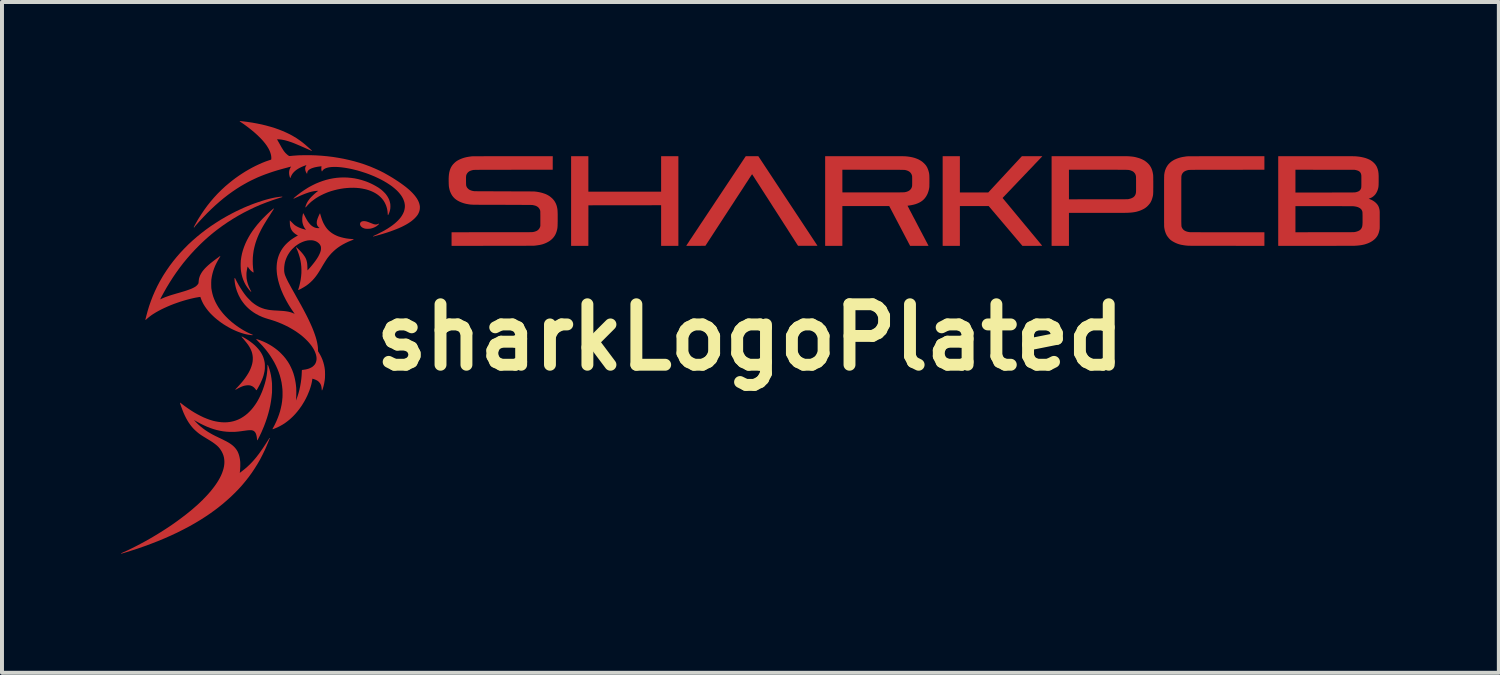
<source format=kicad_pcb>
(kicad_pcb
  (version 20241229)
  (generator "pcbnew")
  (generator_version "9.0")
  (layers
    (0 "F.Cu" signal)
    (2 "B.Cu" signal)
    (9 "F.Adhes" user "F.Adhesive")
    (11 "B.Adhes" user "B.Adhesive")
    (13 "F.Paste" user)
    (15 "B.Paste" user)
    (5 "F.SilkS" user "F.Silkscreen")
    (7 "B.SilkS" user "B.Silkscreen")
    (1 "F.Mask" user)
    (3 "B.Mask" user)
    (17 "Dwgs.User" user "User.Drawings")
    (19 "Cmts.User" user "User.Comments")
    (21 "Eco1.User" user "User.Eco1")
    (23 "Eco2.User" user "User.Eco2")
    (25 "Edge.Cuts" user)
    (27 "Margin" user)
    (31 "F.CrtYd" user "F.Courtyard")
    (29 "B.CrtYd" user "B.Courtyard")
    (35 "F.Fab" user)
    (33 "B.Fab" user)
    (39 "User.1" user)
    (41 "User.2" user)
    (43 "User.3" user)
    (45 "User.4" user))
  (footprint "sharkLogoPlated"
    (layer "F.Cu")
    (at 15.851 5.451)
    (property "Reference" "sharkLogoPlated" (at 0 0 0) (layer "F.SilkS") (effects (font (size 1.524 1.524) (thickness 0.3))))
    (attr through_hole)
    (fp_poly (pts (xy -14.009 -2.78) (xy -14.011 -2.778) (xy -14.012 -2.78) (xy -14.011 -2.781) (xy -14.009 -2.78)) (stroke (width 0.01) (type solid)) (fill yes) (layer "F.SilkS"))
    (fp_poly (pts (xy -12.112 2.549) (xy -12.113 2.55) (xy -12.115 2.549) (xy -12.113 2.547) (xy -12.112 2.549)) (stroke (width 0.01) (type solid)) (fill yes) (layer "F.SilkS"))
    (pad "1" smd custom (at -14.94 -0.83) (size 0.1 0.1) (layers "F.Cu" "F.Mask") (options (anchor circle)) (primitives (gr_poly (pts (xy 3.137 -2.71) (xy 3.149 -2.71) (xy 3.14 -2.707) (xy 3.136 -2.706) (xy 3.127 -2.703) (xy 3.115 -2.7) (xy 3.1 -2.695) (xy 3.082 -2.69) (xy 3.064 -2.684) (xy 3.055 -2.681) (xy 2.902 -2.631) (xy 2.751 -2.576) (xy 2.603 -2.518) (xy 2.458 -2.455) (xy 2.316 -2.387) (xy 2.176 -2.316) (xy 2.039 -2.24) (xy 1.905 -2.16) (xy 1.773 -2.076) (xy 1.645 -1.988) (xy 1.548 -1.917) (xy 1.479 -1.865) (xy 1.412 -1.812) (xy 1.349 -1.76) (xy 1.286 -1.707) (xy 1.225 -1.653) (xy 1.163 -1.596) (xy 1.1 -1.536) (xy 1.049 -1.486) (xy 0.946 -1.381) (xy 0.846 -1.273) (xy 0.75 -1.163) (xy 0.656 -1.049) (xy 0.566 -0.932) (xy 0.479 -0.812) (xy 0.395 -0.689) (xy 0.313 -0.561) (xy 0.233 -0.429) (xy 0.156 -0.293) (xy 0.124 -0.234) (xy 0.111 -0.211) (xy 0.1 -0.19) (xy 0.09 -0.17) (xy 0.082 -0.153) (xy 0.075 -0.139) (xy 0.069 -0.129) (xy 0.066 -0.121) (xy 0.065 -0.118) (xy 0.066 -0.118) (xy 0.068 -0.119) (xy 0.074 -0.121) (xy 0.083 -0.126) (xy 0.094 -0.131) (xy 0.097 -0.132) (xy 0.126 -0.146) (xy 0.159 -0.16) (xy 0.194 -0.175) (xy 0.232 -0.189) (xy 0.274 -0.204) (xy 0.32 -0.22) (xy 0.371 -0.236) (xy 0.425 -0.252) (xy 0.463 -0.263) (xy 0.488 -0.271) (xy 0.515 -0.278) (xy 0.542 -0.286) (xy 0.569 -0.294) (xy 0.594 -0.301) (xy 0.616 -0.308) (xy 0.626 -0.311) (xy 0.681 -0.327) (xy 0.731 -0.343) (xy 0.777 -0.359) (xy 0.818 -0.374) (xy 0.856 -0.388) (xy 0.889 -0.403) (xy 0.919 -0.418) (xy 0.945 -0.432) (xy 0.963 -0.443) (xy 0.977 -0.453) (xy 0.992 -0.466) (xy 1.006 -0.479) (xy 1.019 -0.494) (xy 1.03 -0.507) (xy 1.038 -0.519) (xy 1.039 -0.521) (xy 1.042 -0.528) (xy 1.045 -0.535) (xy 1.046 -0.542) (xy 1.047 -0.551) (xy 1.048 -0.563) (xy 1.049 -0.572) (xy 1.053 -0.614) (xy 1.06 -0.655) (xy 1.072 -0.694) (xy 1.087 -0.733) (xy 1.107 -0.771) (xy 1.131 -0.811) (xy 1.132 -0.811) (xy 1.15 -0.838) (xy 1.171 -0.864) (xy 1.194 -0.891) (xy 1.22 -0.918) (xy 1.248 -0.946) (xy 1.28 -0.976) (xy 1.314 -1.006) (xy 1.352 -1.038) (xy 1.394 -1.071) (xy 1.44 -1.107) (xy 1.47 -1.129) (xy 1.495 -1.148) (xy 1.516 -1.163) (xy 1.534 -1.176) (xy 1.548 -1.187) (xy 1.56 -1.196) (xy 1.569 -1.202) (xy 1.575 -1.207) (xy 1.58 -1.21) (xy 1.583 -1.212) (xy 1.585 -1.213) (xy 1.585 -1.213) (xy 1.585 -1.213) (xy 1.584 -1.211) (xy 1.581 -1.205) (xy 1.576 -1.197) (xy 1.569 -1.186) (xy 1.565 -1.179) (xy 1.524 -1.11) (xy 1.488 -1.042) (xy 1.456 -0.976) (xy 1.429 -0.909) (xy 1.406 -0.842) (xy 1.387 -0.775) (xy 1.372 -0.707) (xy 1.361 -0.638) (xy 1.359 -0.628) (xy 1.358 -0.616) (xy 1.358 -0.6) (xy 1.357 -0.581) (xy 1.356 -0.559) (xy 1.356 -0.536) (xy 1.356 -0.512) (xy 1.356 -0.488) (xy 1.357 -0.466) (xy 1.357 -0.445) (xy 1.358 -0.428) (xy 1.359 -0.414) (xy 1.359 -0.409) (xy 1.371 -0.337) (xy 1.387 -0.266) (xy 1.407 -0.196) (xy 1.433 -0.128) (xy 1.463 -0.06) (xy 1.498 0.006) (xy 1.537 0.072) (xy 1.582 0.138) (xy 1.632 0.202) (xy 1.661 0.237) (xy 1.677 0.255) (xy 1.696 0.276) (xy 1.717 0.299) (xy 1.74 0.322) (xy 1.762 0.344) (xy 1.784 0.366) (xy 1.804 0.385) (xy 1.815 0.395) (xy 1.874 0.446) (xy 1.936 0.496) (xy 1.999 0.543) (xy 2.064 0.588) (xy 2.13 0.63) (xy 2.196 0.669) (xy 2.261 0.704) (xy 2.326 0.735) (xy 2.377 0.757) (xy 2.389 0.762) (xy 2.398 0.765) (xy 2.402 0.767) (xy 2.403 0.768) (xy 2.401 0.769) (xy 2.396 0.769) (xy 2.395 0.769) (xy 2.386 0.768) (xy 2.375 0.768) (xy 2.363 0.767) (xy 2.359 0.766) (xy 2.304 0.759) (xy 2.246 0.748) (xy 2.185 0.733) (xy 2.123 0.714) (xy 2.06 0.692) (xy 1.996 0.667) (xy 1.931 0.638) (xy 1.866 0.607) (xy 1.802 0.572) (xy 1.738 0.535) (xy 1.675 0.496) (xy 1.614 0.454) (xy 1.569 0.421) (xy 1.505 0.371) (xy 1.445 0.32) (xy 1.389 0.267) (xy 1.337 0.214) (xy 1.289 0.159) (xy 1.246 0.104) (xy 1.207 0.049) (xy 1.172 -0.007) (xy 1.143 -0.063) (xy 1.118 -0.119) (xy 1.102 -0.162) (xy 1.091 -0.195) (xy 1.08 -0.194) (xy 1.071 -0.193) (xy 1.059 -0.191) (xy 1.042 -0.189) (xy 1.024 -0.186) (xy 1.004 -0.182) (xy 0.983 -0.179) (xy 0.962 -0.175) (xy 0.943 -0.171) (xy 0.928 -0.168) (xy 0.845 -0.149) (xy 0.76 -0.127) (xy 0.675 -0.103) (xy 0.59 -0.077) (xy 0.505 -0.048) (xy 0.421 -0.018) (xy 0.339 0.014) (xy 0.259 0.048) (xy 0.181 0.083) (xy 0.106 0.119) (xy 0.035 0.156) (xy -0.031 0.193) (xy -0.075 0.22) (xy -0.117 0.246) (xy -0.156 0.273) (xy -0.193 0.301) (xy -0.227 0.328) (xy -0.257 0.354) (xy -0.273 0.368) (xy -0.282 0.377) (xy -0.288 0.382) (xy -0.291 0.385) (xy -0.292 0.384) (xy -0.292 0.383) (xy -0.291 0.379) (xy -0.289 0.371) (xy -0.287 0.359) (xy -0.283 0.344) (xy -0.279 0.327) (xy -0.274 0.309) (xy -0.273 0.304) (xy -0.238 0.173) (xy -0.199 0.043) (xy -0.154 -0.085) (xy -0.105 -0.212) (xy -0.051 -0.336) (xy 0.007 -0.458) (xy 0.07 -0.578) (xy 0.138 -0.696) (xy 0.171 -0.75) (xy 0.246 -0.865) (xy 0.325 -0.978) (xy 0.409 -1.089) (xy 0.497 -1.197) (xy 0.589 -1.302) (xy 0.686 -1.405) (xy 0.786 -1.506) (xy 0.891 -1.603) (xy 1 -1.698) (xy 1.113 -1.79) (xy 1.23 -1.88) (xy 1.35 -1.966) (xy 1.475 -2.049) (xy 1.603 -2.13) (xy 1.735 -2.207) (xy 1.806 -2.246) (xy 1.896 -2.294) (xy 1.988 -2.341) (xy 2.081 -2.385) (xy 2.174 -2.428) (xy 2.268 -2.468) (xy 2.361 -2.506) (xy 2.454 -2.541) (xy 2.546 -2.573) (xy 2.636 -2.603) (xy 2.724 -2.63) (xy 2.809 -2.653) (xy 2.892 -2.673) (xy 2.94 -2.683) (xy 2.963 -2.688) (xy 2.988 -2.692) (xy 3.014 -2.697) (xy 3.039 -2.7) (xy 3.064 -2.704) (xy 3.087 -2.707) (xy 3.107 -2.709) (xy 3.124 -2.71) (xy 3.136 -2.71) (xy 3.137 -2.71)) (width 0.01) (fill yes))))
    (pad "1" smd custom (at -12.67 -2.01) (size 0.1 0.1) (layers "F.Cu" "F.Mask") (options (anchor circle)) (primitives (gr_poly (pts (xy 0.666 -1.233) (xy 0.661 -1.225) (xy 0.654 -1.214) (xy 0.645 -1.199) (xy 0.634 -1.181) (xy 0.621 -1.161) (xy 0.607 -1.139) (xy 0.592 -1.116) (xy 0.577 -1.091) (xy 0.561 -1.066) (xy 0.554 -1.055) (xy 0.526 -1.013) (xy 0.501 -0.973) (xy 0.479 -0.938) (xy 0.459 -0.905) (xy 0.44 -0.874) (xy 0.423 -0.846) (xy 0.407 -0.819) (xy 0.392 -0.793) (xy 0.378 -0.768) (xy 0.364 -0.743) (xy 0.351 -0.718) (xy 0.337 -0.692) (xy 0.333 -0.683) (xy 0.291 -0.598) (xy 0.254 -0.513) (xy 0.222 -0.428) (xy 0.195 -0.344) (xy 0.173 -0.26) (xy 0.155 -0.176) (xy 0.143 -0.091) (xy 0.135 -0.007) (xy 0.132 0.079) (xy 0.133 0.165) (xy 0.139 0.252) (xy 0.149 0.334) (xy 0.151 0.346) (xy 0.152 0.357) (xy 0.153 0.364) (xy 0.153 0.368) (xy 0.153 0.369) (xy 0.15 0.368) (xy 0.145 0.365) (xy 0.136 0.359) (xy 0.127 0.352) (xy 0.116 0.344) (xy 0.106 0.336) (xy 0.096 0.328) (xy 0.091 0.322) (xy 0.074 0.305) (xy 0.058 0.286) (xy 0.042 0.265) (xy 0.026 0.24) (xy 0.024 0.237) (xy 0.009 0.214) (xy 0.007 0.221) (xy 0.002 0.235) (xy -0.003 0.252) (xy -0.008 0.273) (xy -0.012 0.296) (xy -0.016 0.319) (xy -0.02 0.342) (xy -0.023 0.364) (xy -0.024 0.37) (xy -0.025 0.386) (xy -0.026 0.406) (xy -0.026 0.428) (xy -0.026 0.452) (xy -0.025 0.475) (xy -0.024 0.498) (xy -0.023 0.518) (xy -0.021 0.535) (xy -0.02 0.542) (xy -0.01 0.594) (xy 0.004 0.646) (xy 0.021 0.697) (xy 0.042 0.75) (xy 0.067 0.803) (xy 0.081 0.831) (xy 0.087 0.841) (xy 0.091 0.849) (xy 0.094 0.855) (xy 0.094 0.857) (xy 0.092 0.855) (xy 0.088 0.85) (xy 0.081 0.843) (xy 0.074 0.835) (xy 0.034 0.788) (xy -0.003 0.737) (xy -0.037 0.684) (xy -0.066 0.629) (xy -0.074 0.611) (xy -0.1 0.55) (xy -0.121 0.487) (xy -0.138 0.422) (xy -0.151 0.354) (xy -0.157 0.307) (xy -0.159 0.288) (xy -0.16 0.266) (xy -0.161 0.24) (xy -0.162 0.212) (xy -0.162 0.184) (xy -0.162 0.155) (xy -0.161 0.127) (xy -0.16 0.102) (xy -0.159 0.079) (xy -0.157 0.063) (xy -0.145 -0.019) (xy -0.128 -0.102) (xy -0.106 -0.183) (xy -0.078 -0.265) (xy -0.046 -0.346) (xy -0.009 -0.426) (xy 0.034 -0.507) (xy 0.081 -0.587) (xy 0.133 -0.666) (xy 0.191 -0.745) (xy 0.253 -0.824) (xy 0.321 -0.903) (xy 0.393 -0.981) (xy 0.471 -1.059) (xy 0.548 -1.132) (xy 0.562 -1.145) (xy 0.577 -1.158) (xy 0.592 -1.171) (xy 0.607 -1.184) (xy 0.621 -1.197) (xy 0.634 -1.208) (xy 0.645 -1.217) (xy 0.655 -1.225) (xy 0.661 -1.23) (xy 0.665 -1.233) (xy 0.666 -1.233)) (width 0.01) (fill yes))))
    (pad "1" smd custom (at -12.48 0.92) (size 0.1 0.1) (layers "F.Cu" "F.Mask") (options (anchor circle)) (primitives (gr_poly (pts (xy -0.323 -0.935) (xy -0.315 -0.931) (xy -0.307 -0.927) (xy -0.237 -0.887) (xy -0.171 -0.846) (xy -0.11 -0.803) (xy -0.054 -0.76) (xy -0.002 -0.715) (xy 0.044 -0.669) (xy 0.086 -0.622) (xy 0.124 -0.574) (xy 0.156 -0.525) (xy 0.183 -0.476) (xy 0.197 -0.446) (xy 0.215 -0.399) (xy 0.229 -0.351) (xy 0.24 -0.302) (xy 0.245 -0.271) (xy 0.246 -0.256) (xy 0.247 -0.238) (xy 0.248 -0.217) (xy 0.248 -0.195) (xy 0.248 -0.173) (xy 0.248 -0.152) (xy 0.247 -0.133) (xy 0.246 -0.119) (xy 0.239 -0.067) (xy 0.228 -0.016) (xy 0.215 0.036) (xy 0.198 0.088) (xy 0.177 0.143) (xy 0.152 0.199) (xy 0.128 0.251) (xy 0.12 0.265) (xy 0.112 0.281) (xy 0.103 0.299) (xy 0.093 0.317) (xy 0.083 0.334) (xy 0.074 0.352) (xy 0.065 0.367) (xy 0.057 0.381) (xy 0.05 0.393) (xy 0.045 0.401) (xy 0.042 0.405) (xy 0.042 0.405) (xy 0.04 0.406) (xy 0.037 0.403) (xy 0.032 0.397) (xy 0.03 0.394) (xy 0.008 0.365) (xy -0.016 0.34) (xy -0.042 0.319) (xy -0.07 0.303) (xy -0.095 0.293) (xy -0.113 0.287) (xy -0.132 0.284) (xy -0.152 0.282) (xy -0.176 0.282) (xy -0.186 0.282) (xy -0.22 0.285) (xy -0.255 0.291) (xy -0.29 0.3) (xy -0.328 0.314) (xy -0.367 0.331) (xy -0.409 0.352) (xy -0.446 0.372) (xy -0.458 0.379) (xy -0.469 0.385) (xy -0.478 0.39) (xy -0.484 0.394) (xy -0.484 0.394) (xy -0.485 0.394) (xy -0.483 0.391) (xy -0.478 0.385) (xy -0.471 0.377) (xy -0.463 0.369) (xy -0.43 0.334) (xy -0.4 0.301) (xy -0.373 0.271) (xy -0.348 0.243) (xy -0.328 0.219) (xy -0.322 0.213) (xy -0.273 0.152) (xy -0.23 0.093) (xy -0.191 0.035) (xy -0.156 -0.022) (xy -0.126 -0.078) (xy -0.101 -0.134) (xy -0.081 -0.188) (xy -0.079 -0.194) (xy -0.063 -0.248) (xy -0.052 -0.302) (xy -0.047 -0.355) (xy -0.046 -0.407) (xy -0.051 -0.459) (xy -0.06 -0.51) (xy -0.074 -0.56) (xy -0.094 -0.61) (xy -0.118 -0.659) (xy -0.128 -0.675) (xy -0.14 -0.696) (xy -0.153 -0.716) (xy -0.167 -0.737) (xy -0.183 -0.759) (xy -0.2 -0.781) (xy -0.22 -0.806) (xy -0.242 -0.833) (xy -0.267 -0.864) (xy -0.273 -0.871) (xy -0.286 -0.886) (xy -0.298 -0.9) (xy -0.309 -0.913) (xy -0.318 -0.923) (xy -0.324 -0.931) (xy -0.328 -0.936) (xy -0.329 -0.937) (xy -0.327 -0.937) (xy -0.323 -0.935)) (width 0.01) (fill yes))))
    (pad "1" smd custom (at -12.42 2.05) (size 0.1 0.1) (layers "F.Cu" "F.Mask") (options (anchor circle)) (primitives (gr_poly (pts (xy 0.266 -1.35) (xy 0.269 -1.343) (xy 0.273 -1.333) (xy 0.278 -1.321) (xy 0.28 -1.316) (xy 0.304 -1.244) (xy 0.324 -1.17) (xy 0.341 -1.094) (xy 0.354 -1.014) (xy 0.364 -0.931) (xy 0.367 -0.898) (xy 0.368 -0.88) (xy 0.368 -0.858) (xy 0.369 -0.832) (xy 0.369 -0.805) (xy 0.369 -0.776) (xy 0.369 -0.747) (xy 0.369 -0.72) (xy 0.368 -0.694) (xy 0.368 -0.671) (xy 0.367 -0.653) (xy 0.357 -0.552) (xy 0.343 -0.448) (xy 0.325 -0.344) (xy 0.302 -0.238) (xy 0.274 -0.131) (xy 0.242 -0.024) (xy 0.205 0.084) (xy 0.164 0.193) (xy 0.118 0.301) (xy 0.102 0.339) (xy 0.094 0.355) (xy 0.086 0.373) (xy 0.076 0.392) (xy 0.067 0.412) (xy 0.057 0.433) (xy 0.047 0.453) (xy 0.037 0.472) (xy 0.028 0.489) (xy 0.021 0.504) (xy 0.014 0.516) (xy 0.009 0.525) (xy 0.006 0.53) (xy 0.006 0.53) (xy 0.001 0.537) (xy 0.001 0.525) (xy 0.000359 0.518) (xy -0.001 0.507) (xy -0.002 0.495) (xy -0.003 0.483) (xy -0.009 0.444) (xy -0.017 0.41) (xy -0.026 0.381) (xy -0.037 0.356) (xy -0.051 0.335) (xy -0.066 0.318) (xy -0.084 0.304) (xy -0.104 0.294) (xy -0.11 0.292) (xy -0.123 0.288) (xy -0.136 0.285) (xy -0.15 0.284) (xy -0.165 0.283) (xy -0.183 0.283) (xy -0.203 0.284) (xy -0.226 0.285) (xy -0.252 0.288) (xy -0.283 0.292) (xy -0.317 0.297) (xy -0.327 0.298) (xy -0.365 0.303) (xy -0.398 0.308) (xy -0.428 0.312) (xy -0.455 0.315) (xy -0.479 0.318) (xy -0.501 0.32) (xy -0.522 0.322) (xy -0.543 0.324) (xy -0.564 0.325) (xy -0.585 0.326) (xy -0.608 0.326) (xy -0.615 0.326) (xy -0.696 0.326) (xy -0.776 0.321) (xy -0.857 0.312) (xy -0.938 0.298) (xy -1.019 0.279) (xy -1.101 0.256) (xy -1.183 0.228) (xy -1.266 0.195) (xy -1.35 0.157) (xy -1.435 0.115) (xy -1.521 0.068) (xy -1.571 0.039) (xy -1.584 0.031) (xy -1.596 0.024) (xy -1.606 0.018) (xy -1.613 0.014) (xy -1.616 0.012) (xy -1.616 0.012) (xy -1.615 0.014) (xy -1.612 0.019) (xy -1.606 0.026) (xy -1.6 0.032) (xy -1.546 0.091) (xy -1.49 0.146) (xy -1.433 0.197) (xy -1.372 0.246) (xy -1.309 0.292) (xy -1.242 0.336) (xy -1.171 0.378) (xy -1.146 0.392) (xy -1.13 0.401) (xy -1.113 0.41) (xy -1.095 0.419) (xy -1.076 0.429) (xy -1.055 0.44) (xy -1.031 0.451) (xy -1.004 0.464) (xy -0.974 0.479) (xy -0.94 0.495) (xy -0.915 0.507) (xy -0.877 0.525) (xy -0.844 0.542) (xy -0.815 0.557) (xy -0.788 0.57) (xy -0.765 0.583) (xy -0.743 0.595) (xy -0.724 0.606) (xy -0.706 0.617) (xy -0.661 0.647) (xy -0.62 0.679) (xy -0.584 0.712) (xy -0.552 0.748) (xy -0.524 0.786) (xy -0.5 0.826) (xy -0.48 0.87) (xy -0.464 0.916) (xy -0.451 0.966) (xy -0.441 1.019) (xy -0.434 1.076) (xy -0.433 1.087) (xy -0.432 1.111) (xy -0.432 1.14) (xy -0.432 1.172) (xy -0.432 1.205) (xy -0.434 1.239) (xy -0.436 1.273) (xy -0.438 1.305) (xy -0.441 1.335) (xy -0.444 1.356) (xy -0.445 1.364) (xy -0.445 1.37) (xy -0.445 1.373) (xy -0.443 1.372) (xy -0.437 1.368) (xy -0.429 1.362) (xy -0.418 1.354) (xy -0.406 1.344) (xy -0.392 1.334) (xy -0.377 1.323) (xy -0.363 1.311) (xy -0.349 1.3) (xy -0.336 1.29) (xy -0.325 1.281) (xy -0.323 1.28) (xy -0.282 1.245) (xy -0.242 1.21) (xy -0.204 1.174) (xy -0.168 1.139) (xy -0.137 1.107) (xy -0.107 1.075) (xy -0.077 1.041) (xy -0.047 1.006) (xy -0.016 0.968) (xy 0.014 0.929) (xy 0.046 0.888) (xy 0.078 0.843) (xy 0.111 0.796) (xy 0.146 0.746) (xy 0.182 0.691) (xy 0.22 0.633) (xy 0.26 0.571) (xy 0.262 0.568) (xy 0.272 0.552) (xy 0.282 0.537) (xy 0.29 0.524) (xy 0.297 0.514) (xy 0.302 0.507) (xy 0.304 0.504) (xy 0.305 0.503) (xy 0.304 0.506) (xy 0.302 0.513) (xy 0.298 0.524) (xy 0.292 0.538) (xy 0.286 0.554) (xy 0.278 0.574) (xy 0.27 0.595) (xy 0.26 0.617) (xy 0.25 0.64) (xy 0.24 0.664) (xy 0.23 0.688) (xy 0.22 0.712) (xy 0.21 0.734) (xy 0.201 0.756) (xy 0.192 0.775) (xy 0.187 0.786) (xy 0.129 0.906) (xy 0.068 1.024) (xy 0.002 1.138) (xy -0.068 1.25) (xy -0.141 1.36) (xy -0.219 1.467) (xy -0.301 1.571) (xy -0.387 1.674) (xy -0.478 1.774) (xy -0.573 1.871) (xy -0.672 1.967) (xy -0.777 2.061) (xy -0.885 2.153) (xy -0.999 2.244) (xy -1.004 2.248) (xy -1.057 2.288) (xy -1.114 2.329) (xy -1.173 2.372) (xy -1.234 2.414) (xy -1.295 2.455) (xy -1.355 2.494) (xy -1.413 2.531) (xy -1.437 2.546) (xy -1.453 2.556) (xy -1.469 2.565) (xy -1.483 2.574) (xy -1.495 2.581) (xy -1.505 2.587) (xy -1.509 2.59) (xy -1.516 2.594) (xy -1.526 2.6) (xy -1.539 2.607) (xy -1.553 2.616) (xy -1.569 2.625) (xy -1.582 2.633) (xy -1.724 2.713) (xy -1.871 2.79) (xy -2.022 2.866) (xy -2.178 2.939) (xy -2.339 3.01) (xy -2.503 3.078) (xy -2.672 3.144) (xy -2.845 3.208) (xy -3.023 3.27) (xy -3.205 3.328) (xy -3.339 3.37) (xy -3.362 3.377) (xy -3.381 3.382) (xy -3.395 3.387) (xy -3.407 3.39) (xy -3.415 3.392) (xy -3.42 3.394) (xy -3.424 3.395) (xy -3.426 3.395) (xy -3.426 3.395) (xy -3.426 3.395) (xy -3.426 3.395) (xy -3.425 3.395) (xy -3.423 3.393) (xy -3.416 3.39) (xy -3.407 3.386) (xy -3.395 3.38) (xy -3.387 3.376) (xy -3.278 3.327) (xy -3.168 3.274) (xy -3.055 3.217) (xy -2.942 3.158) (xy -2.827 3.096) (xy -2.713 3.032) (xy -2.6 2.966) (xy -2.488 2.898) (xy -2.379 2.83) (xy -2.297 2.777) (xy -2.207 2.718) (xy -2.119 2.658) (xy -2.032 2.596) (xy -1.947 2.534) (xy -1.865 2.472) (xy -1.784 2.41) (xy -1.707 2.348) (xy -1.633 2.287) (xy -1.563 2.226) (xy -1.496 2.167) (xy -1.434 2.109) (xy -1.429 2.104) (xy -1.417 2.092) (xy -1.406 2.081) (xy -1.395 2.071) (xy -1.386 2.063) (xy -1.381 2.058) (xy -1.375 2.052) (xy -1.366 2.043) (xy -1.355 2.031) (xy -1.342 2.017) (xy -1.327 2.002) (xy -1.311 1.986) (xy -1.295 1.969) (xy -1.279 1.952) (xy -1.264 1.936) (xy -1.25 1.921) (xy -1.238 1.908) (xy -1.228 1.897) (xy -1.225 1.893) (xy -1.165 1.824) (xy -1.11 1.755) (xy -1.06 1.688) (xy -1.015 1.623) (xy -0.974 1.558) (xy -0.938 1.494) (xy -0.907 1.432) (xy -0.881 1.371) (xy -0.86 1.311) (xy -0.843 1.253) (xy -0.831 1.196) (xy -0.824 1.14) (xy -0.822 1.085) (xy -0.825 1.032) (xy -0.832 0.98) (xy -0.845 0.93) (xy -0.85 0.914) (xy -0.867 0.871) (xy -0.888 0.828) (xy -0.913 0.787) (xy -0.941 0.747) (xy -0.972 0.71) (xy -1.006 0.677) (xy -1.02 0.665) (xy -1.038 0.65) (xy -1.056 0.636) (xy -1.074 0.622) (xy -1.093 0.608) (xy -1.114 0.593) (xy -1.136 0.578) (xy -1.161 0.562) (xy -1.188 0.545) (xy -1.219 0.526) (xy -1.254 0.505) (xy -1.271 0.495) (xy -1.302 0.475) (xy -1.331 0.458) (xy -1.355 0.443) (xy -1.377 0.429) (xy -1.397 0.416) (xy -1.415 0.404) (xy -1.431 0.393) (xy -1.447 0.382) (xy -1.463 0.37) (xy -1.466 0.368) (xy -1.514 0.329) (xy -1.56 0.288) (xy -1.604 0.245) (xy -1.645 0.198) (xy -1.684 0.148) (xy -1.722 0.094) (xy -1.757 0.037) (xy -1.791 -0.024) (xy -1.823 -0.089) (xy -1.854 -0.158) (xy -1.883 -0.232) (xy -1.912 -0.31) (xy -1.918 -0.328) (xy -1.924 -0.346) (xy -1.93 -0.363) (xy -1.934 -0.376) (xy -1.938 -0.388) (xy -1.94 -0.395) (xy -1.941 -0.399) (xy -1.941 -0.399) (xy -1.939 -0.398) (xy -1.933 -0.394) (xy -1.925 -0.388) (xy -1.915 -0.38) (xy -1.911 -0.377) (xy -1.83 -0.315) (xy -1.748 -0.257) (xy -1.668 -0.203) (xy -1.588 -0.153) (xy -1.508 -0.108) (xy -1.43 -0.067) (xy -1.353 -0.03) (xy -1.278 0.001) (xy -1.204 0.029) (xy -1.189 0.033) (xy -1.115 0.056) (xy -1.041 0.073) (xy -0.97 0.085) (xy -0.899 0.093) (xy -0.83 0.096) (xy -0.762 0.094) (xy -0.696 0.087) (xy -0.651 0.079) (xy -0.594 0.066) (xy -0.536 0.048) (xy -0.48 0.026) (xy -0.426 0.000314) (xy -0.407 -0.01) (xy -0.35 -0.045) (xy -0.294 -0.085) (xy -0.24 -0.129) (xy -0.189 -0.178) (xy -0.139 -0.231) (xy -0.092 -0.289) (xy -0.046 -0.352) (xy -0.003 -0.418) (xy 0.037 -0.489) (xy 0.063 -0.539) (xy 0.094 -0.605) (xy 0.123 -0.672) (xy 0.15 -0.742) (xy 0.174 -0.812) (xy 0.196 -0.883) (xy 0.215 -0.954) (xy 0.231 -1.024) (xy 0.244 -1.093) (xy 0.253 -1.161) (xy 0.26 -1.226) (xy 0.263 -1.288) (xy 0.263 -1.301) (xy 0.263 -1.317) (xy 0.263 -1.331) (xy 0.264 -1.342) (xy 0.264 -1.35) (xy 0.265 -1.353) (xy 0.265 -1.354) (xy 0.266 -1.35)) (width 0.01) (fill yes))))
    (pad "1" smd custom (at -11.85 -4.47) (size 0.1 0.1) (layers "F.Cu" "F.Mask") (options (anchor circle)) (primitives (gr_poly (pts (xy -1.003 -0.976) (xy -0.996 -0.976) (xy -0.985 -0.975) (xy -0.971 -0.973) (xy -0.954 -0.971) (xy -0.936 -0.969) (xy -0.916 -0.967) (xy -0.896 -0.964) (xy -0.876 -0.962) (xy -0.856 -0.959) (xy -0.838 -0.957) (xy -0.822 -0.955) (xy -0.696 -0.936) (xy -0.575 -0.914) (xy -0.457 -0.89) (xy -0.344 -0.862) (xy -0.235 -0.832) (xy -0.13 -0.8) (xy -0.029 -0.764) (xy 0.068 -0.726) (xy 0.161 -0.685) (xy 0.25 -0.642) (xy 0.335 -0.595) (xy 0.417 -0.546) (xy 0.494 -0.493) (xy 0.528 -0.469) (xy 0.549 -0.453) (xy 0.57 -0.437) (xy 0.591 -0.42) (xy 0.613 -0.402) (xy 0.636 -0.383) (xy 0.66 -0.362) (xy 0.686 -0.339) (xy 0.716 -0.313) (xy 0.732 -0.299) (xy 0.746 -0.286) (xy 0.759 -0.274) (xy 0.772 -0.263) (xy 0.782 -0.254) (xy 0.79 -0.247) (xy 0.793 -0.244) (xy 0.796 -0.242) (xy 0.799 -0.24) (xy 0.801 -0.238) (xy 0.802 -0.237) (xy 0.802 -0.236) (xy 0.8 -0.236) (xy 0.797 -0.237) (xy 0.791 -0.239) (xy 0.783 -0.243) (xy 0.773 -0.247) (xy 0.76 -0.253) (xy 0.744 -0.26) (xy 0.724 -0.269) (xy 0.701 -0.279) (xy 0.673 -0.291) (xy 0.642 -0.305) (xy 0.618 -0.316) (xy 0.567 -0.338) (xy 0.52 -0.359) (xy 0.477 -0.377) (xy 0.437 -0.394) (xy 0.401 -0.409) (xy 0.368 -0.423) (xy 0.337 -0.435) (xy 0.308 -0.446) (xy 0.281 -0.456) (xy 0.255 -0.464) (xy 0.236 -0.471) (xy 0.18 -0.488) (xy 0.127 -0.502) (xy 0.078 -0.512) (xy 0.033 -0.52) (xy -0.01 -0.524) (xy -0.048 -0.526) (xy -0.081 -0.526) (xy -0.065 -0.5) (xy -0.06 -0.491) (xy -0.053 -0.479) (xy -0.045 -0.464) (xy -0.035 -0.447) (xy -0.024 -0.428) (xy -0.013 -0.408) (xy -0.003 -0.39) (xy 0.016 -0.356) (xy 0.033 -0.325) (xy 0.049 -0.299) (xy 0.063 -0.276) (xy 0.076 -0.255) (xy 0.088 -0.237) (xy 0.099 -0.22) (xy 0.111 -0.206) (xy 0.122 -0.192) (xy 0.134 -0.178) (xy 0.146 -0.165) (xy 0.151 -0.161) (xy 0.175 -0.138) (xy 0.197 -0.119) (xy 0.218 -0.105) (xy 0.23 -0.098) (xy 0.234 -0.096) (xy 0.238 -0.095) (xy 0.242 -0.095) (xy 0.249 -0.095) (xy 0.258 -0.095) (xy 0.272 -0.097) (xy 0.28 -0.097) (xy 0.325 -0.102) (xy 0.368 -0.105) (xy 0.409 -0.108) (xy 0.45 -0.111) (xy 0.491 -0.113) (xy 0.535 -0.114) (xy 0.581 -0.115) (xy 0.629 -0.116) (xy 0.771 -0.116) (xy 0.913 -0.111) (xy 1.054 -0.102) (xy 1.195 -0.089) (xy 1.334 -0.072) (xy 1.472 -0.05) (xy 1.609 -0.025) (xy 1.743 0.005) (xy 1.875 0.038) (xy 2.004 0.075) (xy 2.13 0.116) (xy 2.152 0.124) (xy 2.273 0.169) (xy 2.39 0.218) (xy 2.505 0.27) (xy 2.618 0.327) (xy 2.728 0.389) (xy 2.754 0.404) (xy 2.836 0.453) (xy 2.913 0.502) (xy 2.985 0.549) (xy 3.053 0.596) (xy 3.116 0.642) (xy 3.174 0.686) (xy 3.227 0.73) (xy 3.276 0.773) (xy 3.319 0.815) (xy 3.35 0.847) (xy 3.389 0.891) (xy 3.423 0.935) (xy 3.452 0.977) (xy 3.476 1.019) (xy 3.495 1.06) (xy 3.509 1.1) (xy 3.519 1.14) (xy 3.524 1.179) (xy 3.523 1.217) (xy 3.519 1.255) (xy 3.509 1.293) (xy 3.499 1.319) (xy 3.487 1.346) (xy 3.474 1.37) (xy 3.457 1.395) (xy 3.438 1.419) (xy 3.415 1.445) (xy 3.397 1.464) (xy 3.361 1.497) (xy 3.322 1.53) (xy 3.279 1.561) (xy 3.232 1.592) (xy 3.18 1.623) (xy 3.124 1.653) (xy 3.064 1.683) (xy 2.999 1.712) (xy 2.929 1.741) (xy 2.855 1.769) (xy 2.776 1.798) (xy 2.692 1.826) (xy 2.608 1.852) (xy 2.593 1.857) (xy 2.576 1.862) (xy 2.557 1.867) (xy 2.536 1.873) (xy 2.514 1.88) (xy 2.491 1.886) (xy 2.468 1.892) (xy 2.446 1.899) (xy 2.425 1.904) (xy 2.406 1.909) (xy 2.389 1.914) (xy 2.375 1.918) (xy 2.364 1.921) (xy 2.357 1.922) (xy 2.354 1.923) (xy 2.356 1.922) (xy 2.361 1.919) (xy 2.37 1.915) (xy 2.381 1.91) (xy 2.387 1.907) (xy 2.408 1.897) (xy 2.433 1.886) (xy 2.46 1.873) (xy 2.489 1.858) (xy 2.518 1.843) (xy 2.548 1.828) (xy 2.576 1.814) (xy 2.602 1.8) (xy 2.626 1.787) (xy 2.642 1.778) (xy 2.712 1.737) (xy 2.776 1.695) (xy 2.836 1.653) (xy 2.89 1.611) (xy 2.939 1.568) (xy 2.984 1.525) (xy 3.023 1.482) (xy 3.057 1.439) (xy 3.086 1.395) (xy 3.11 1.351) (xy 3.129 1.307) (xy 3.136 1.288) (xy 3.147 1.244) (xy 3.154 1.2) (xy 3.156 1.156) (xy 3.152 1.112) (xy 3.144 1.068) (xy 3.13 1.024) (xy 3.112 0.979) (xy 3.107 0.969) (xy 3.084 0.927) (xy 3.056 0.884) (xy 3.023 0.842) (xy 2.986 0.799) (xy 2.944 0.757) (xy 2.898 0.716) (xy 2.848 0.675) (xy 2.825 0.657) (xy 2.762 0.613) (xy 2.695 0.57) (xy 2.624 0.528) (xy 2.548 0.487) (xy 2.468 0.448) (xy 2.386 0.41) (xy 2.313 0.38) (xy 2.24 0.351) (xy 2.168 0.325) (xy 2.094 0.301) (xy 2.021 0.278) (xy 1.948 0.257) (xy 1.876 0.239) (xy 1.805 0.222) (xy 1.735 0.208) (xy 1.667 0.196) (xy 1.601 0.186) (xy 1.536 0.178) (xy 1.475 0.173) (xy 1.416 0.17) (xy 1.361 0.17) (xy 1.309 0.172) (xy 1.261 0.177) (xy 1.24 0.18) (xy 1.203 0.188) (xy 1.169 0.198) (xy 1.14 0.21) (xy 1.114 0.224) (xy 1.093 0.241) (xy 1.077 0.258) (xy 1.069 0.27) (xy 1.062 0.283) (xy 1.056 0.264) (xy 1.052 0.247) (xy 1.05 0.227) (xy 1.05 0.206) (xy 1.052 0.185) (xy 1.053 0.173) (xy 1.055 0.164) (xy 1.056 0.157) (xy 1.056 0.154) (xy 1.056 0.154) (xy 1.053 0.153) (xy 1.046 0.154) (xy 1.035 0.155) (xy 1.022 0.156) (xy 1.007 0.158) (xy 0.992 0.16) (xy 0.976 0.162) (xy 0.961 0.165) (xy 0.957 0.165) (xy 0.909 0.174) (xy 0.865 0.184) (xy 0.826 0.196) (xy 0.791 0.209) (xy 0.762 0.223) (xy 0.737 0.239) (xy 0.717 0.256) (xy 0.702 0.274) (xy 0.692 0.294) (xy 0.686 0.315) (xy 0.686 0.32) (xy 0.684 0.339) (xy 0.677 0.328) (xy 0.661 0.298) (xy 0.65 0.269) (xy 0.645 0.241) (xy 0.643 0.215) (xy 0.647 0.189) (xy 0.656 0.165) (xy 0.67 0.141) (xy 0.675 0.133) (xy 0.688 0.117) (xy 0.654 0.129) (xy 0.598 0.149) (xy 0.546 0.171) (xy 0.499 0.194) (xy 0.456 0.218) (xy 0.418 0.243) (xy 0.412 0.247) (xy 0.376 0.277) (xy 0.344 0.308) (xy 0.316 0.342) (xy 0.293 0.378) (xy 0.275 0.416) (xy 0.269 0.432) (xy 0.263 0.448) (xy 0.255 0.425) (xy 0.245 0.387) (xy 0.239 0.35) (xy 0.238 0.314) (xy 0.241 0.279) (xy 0.249 0.247) (xy 0.251 0.24) (xy 0.26 0.219) (xy 0.271 0.197) (xy 0.283 0.177) (xy 0.286 0.173) (xy 0.291 0.166) (xy 0.294 0.16) (xy 0.295 0.158) (xy 0.295 0.158) (xy 0.292 0.158) (xy 0.285 0.16) (xy 0.274 0.163) (xy 0.26 0.167) (xy 0.243 0.171) (xy 0.224 0.176) (xy 0.203 0.182) (xy 0.181 0.188) (xy 0.158 0.194) (xy 0.136 0.2) (xy 0.114 0.206) (xy 0.093 0.211) (xy 0.074 0.217) (xy 0.057 0.221) (xy 0.044 0.225) (xy -0.065 0.256) (xy -0.169 0.288) (xy -0.269 0.322) (xy -0.365 0.356) (xy -0.458 0.392) (xy -0.549 0.429) (xy -0.636 0.469) (xy -0.722 0.51) (xy -0.806 0.553) (xy -0.889 0.599) (xy -0.972 0.647) (xy -0.981 0.652) (xy -1.089 0.72) (xy -1.197 0.793) (xy -1.305 0.871) (xy -1.412 0.954) (xy -1.519 1.043) (xy -1.625 1.136) (xy -1.73 1.234) (xy -1.836 1.337) (xy -1.94 1.446) (xy -2.045 1.559) (xy -2.116 1.639) (xy -2.127 1.652) (xy -2.137 1.664) (xy -2.146 1.673) (xy -2.153 1.681) (xy -2.157 1.685) (xy -2.158 1.686) (xy -2.158 1.684) (xy -2.155 1.678) (xy -2.151 1.669) (xy -2.144 1.656) (xy -2.136 1.641) (xy -2.127 1.624) (xy -2.116 1.605) (xy -2.105 1.585) (xy -2.093 1.565) (xy -2.082 1.544) (xy -2.07 1.523) (xy -2.058 1.503) (xy -2.047 1.484) (xy -2.044 1.479) (xy -1.973 1.367) (xy -1.898 1.257) (xy -1.82 1.15) (xy -1.737 1.046) (xy -1.651 0.946) (xy -1.561 0.849) (xy -1.467 0.756) (xy -1.37 0.666) (xy -1.269 0.581) (xy -1.193 0.52) (xy -1.114 0.46) (xy -1.032 0.402) (xy -0.948 0.346) (xy -0.864 0.293) (xy -0.778 0.243) (xy -0.693 0.196) (xy -0.607 0.152) (xy -0.522 0.112) (xy -0.438 0.075) (xy -0.355 0.042) (xy -0.274 0.014) (xy -0.263 0.01) (xy -0.249 0.006) (xy -0.237 0.002) (xy -0.227 -0.002) (xy -0.22 -0.004) (xy -0.217 -0.005) (xy -0.215 -0.007) (xy -0.213 -0.01) (xy -0.212 -0.015) (xy -0.211 -0.024) (xy -0.21 -0.03) (xy -0.21 -0.067) (xy -0.214 -0.107) (xy -0.223 -0.148) (xy -0.236 -0.19) (xy -0.253 -0.234) (xy -0.275 -0.279) (xy -0.301 -0.324) (xy -0.331 -0.371) (xy -0.365 -0.417) (xy -0.372 -0.426) (xy -0.404 -0.465) (xy -0.44 -0.507) (xy -0.48 -0.549) (xy -0.523 -0.592) (xy -0.568 -0.635) (xy -0.615 -0.678) (xy -0.646 -0.705) (xy -0.684 -0.737) (xy -0.726 -0.771) (xy -0.77 -0.806) (xy -0.816 -0.841) (xy -0.863 -0.876) (xy -0.91 -0.91) (xy -0.956 -0.941) (xy -0.979 -0.957) (xy -0.989 -0.964) (xy -0.998 -0.97) (xy -1.003 -0.974) (xy -1.006 -0.976) (xy -1.006 -0.976) (xy -1.003 -0.976)) (width 0.01) (fill yes))))
    (pad "1" smd custom (at -10.59 -2.42) (size 0.1 0.1) (layers "F.Cu" "F.Mask") (options (anchor circle)) (primitives (gr_poly (pts (xy -0.669 -0.699) (xy -0.666 -0.693) (xy -0.661 -0.683) (xy -0.654 -0.671) (xy -0.646 -0.657) (xy -0.638 -0.64) (xy -0.635 -0.635) (xy -0.622 -0.609) (xy -0.61 -0.587) (xy -0.6 -0.568) (xy -0.591 -0.552) (xy -0.582 -0.537) (xy -0.574 -0.523) (xy -0.565 -0.509) (xy -0.557 -0.496) (xy -0.529 -0.459) (xy -0.501 -0.426) (xy -0.471 -0.397) (xy -0.44 -0.374) (xy -0.408 -0.355) (xy -0.376 -0.341) (xy -0.342 -0.332) (xy -0.308 -0.328) (xy -0.298 -0.328) (xy -0.283 -0.328) (xy -0.27 -0.329) (xy -0.259 -0.33) (xy -0.251 -0.331) (xy -0.247 -0.333) (xy -0.247 -0.333) (xy -0.249 -0.335) (xy -0.254 -0.339) (xy -0.259 -0.343) (xy -0.272 -0.353) (xy -0.285 -0.365) (xy -0.297 -0.38) (xy -0.307 -0.394) (xy -0.31 -0.4) (xy -0.319 -0.422) (xy -0.324 -0.446) (xy -0.325 -0.471) (xy -0.323 -0.499) (xy -0.317 -0.53) (xy -0.307 -0.563) (xy -0.301 -0.58) (xy -0.293 -0.6) (xy -0.284 -0.622) (xy -0.275 -0.644) (xy -0.265 -0.664) (xy -0.257 -0.682) (xy -0.256 -0.684) (xy -0.249 -0.697) (xy -0.238 -0.657) (xy -0.225 -0.613) (xy -0.212 -0.573) (xy -0.199 -0.536) (xy -0.185 -0.501) (xy -0.17 -0.467) (xy -0.162 -0.451) (xy -0.134 -0.4) (xy -0.104 -0.353) (xy -0.07 -0.309) (xy -0.033 -0.27) (xy 0.008 -0.234) (xy 0.052 -0.201) (xy 0.1 -0.172) (xy 0.12 -0.161) (xy 0.143 -0.15) (xy 0.164 -0.14) (xy 0.185 -0.131) (xy 0.207 -0.122) (xy 0.233 -0.113) (xy 0.238 -0.112) (xy 0.291 -0.096) (xy 0.348 -0.082) (xy 0.407 -0.07) (xy 0.47 -0.061) (xy 0.534 -0.055) (xy 0.553 -0.053) (xy 0.567 -0.052) (xy 0.579 -0.051) (xy 0.588 -0.05) (xy 0.593 -0.049) (xy 0.594 -0.048) (xy 0.594 -0.048) (xy 0.591 -0.047) (xy 0.583 -0.044) (xy 0.572 -0.039) (xy 0.559 -0.034) (xy 0.544 -0.028) (xy 0.535 -0.025) (xy 0.458 0.007) (xy 0.386 0.042) (xy 0.317 0.079) (xy 0.253 0.118) (xy 0.192 0.16) (xy 0.135 0.205) (xy 0.082 0.253) (xy 0.031 0.304) (xy -0.017 0.359) (xy -0.044 0.393) (xy -0.058 0.411) (xy -0.072 0.43) (xy -0.086 0.45) (xy -0.1 0.472) (xy -0.115 0.495) (xy -0.131 0.521) (xy -0.149 0.55) (xy -0.169 0.582) (xy -0.19 0.618) (xy -0.202 0.638) (xy -0.219 0.668) (xy -0.235 0.694) (xy -0.249 0.717) (xy -0.261 0.737) (xy -0.272 0.755) (xy -0.283 0.772) (xy -0.293 0.788) (xy -0.303 0.803) (xy -0.311 0.816) (xy -0.354 0.876) (xy -0.398 0.931) (xy -0.444 0.982) (xy -0.493 1.029) (xy -0.544 1.073) (xy -0.599 1.114) (xy -0.658 1.151) (xy -0.721 1.187) (xy -0.742 1.198) (xy -0.756 1.205) (xy -0.769 1.211) (xy -0.78 1.216) (xy -0.787 1.22) (xy -0.791 1.221) (xy -0.791 1.221) (xy -0.793 1.219) (xy -0.792 1.217) (xy -0.788 1.206) (xy -0.784 1.192) (xy -0.779 1.175) (xy -0.773 1.155) (xy -0.767 1.133) (xy -0.761 1.111) (xy -0.756 1.09) (xy -0.751 1.069) (xy -0.747 1.051) (xy -0.73 0.967) (xy -0.719 0.884) (xy -0.712 0.802) (xy -0.711 0.721) (xy -0.714 0.641) (xy -0.722 0.562) (xy -0.735 0.483) (xy -0.754 0.404) (xy -0.777 0.325) (xy -0.805 0.247) (xy -0.834 0.18) (xy -0.846 0.152) (xy -0.822 0.174) (xy -0.79 0.205) (xy -0.759 0.236) (xy -0.729 0.268) (xy -0.702 0.299) (xy -0.677 0.329) (xy -0.656 0.359) (xy -0.637 0.386) (xy -0.622 0.412) (xy -0.617 0.421) (xy -0.606 0.445) (xy -0.597 0.468) (xy -0.59 0.491) (xy -0.584 0.516) (xy -0.579 0.542) (xy -0.575 0.57) (xy -0.573 0.601) (xy -0.571 0.636) (xy -0.57 0.666) (xy -0.57 0.685) (xy -0.569 0.703) (xy -0.569 0.718) (xy -0.568 0.73) (xy -0.568 0.738) (xy -0.567 0.743) (xy -0.567 0.743) (xy -0.565 0.741) (xy -0.56 0.736) (xy -0.552 0.728) (xy -0.543 0.718) (xy -0.532 0.706) (xy -0.525 0.698) (xy -0.475 0.642) (xy -0.43 0.587) (xy -0.389 0.535) (xy -0.352 0.485) (xy -0.32 0.438) (xy -0.292 0.393) (xy -0.269 0.35) (xy -0.25 0.309) (xy -0.235 0.271) (xy -0.224 0.234) (xy -0.223 0.227) (xy -0.22 0.21) (xy -0.219 0.191) (xy -0.218 0.172) (xy -0.219 0.153) (xy -0.221 0.138) (xy -0.222 0.132) (xy -0.232 0.104) (xy -0.246 0.079) (xy -0.265 0.055) (xy -0.287 0.034) (xy -0.313 0.015) (xy -0.342 -0.002) (xy -0.374 -0.015) (xy -0.409 -0.025) (xy -0.42 -0.028) (xy -0.436 -0.03) (xy -0.456 -0.032) (xy -0.478 -0.032) (xy -0.501 -0.032) (xy -0.524 -0.031) (xy -0.546 -0.029) (xy -0.565 -0.027) (xy -0.567 -0.026) (xy -0.621 -0.014) (xy -0.674 0.004) (xy -0.725 0.026) (xy -0.776 0.052) (xy -0.824 0.083) (xy -0.871 0.117) (xy -0.914 0.155) (xy -0.956 0.196) (xy -0.994 0.24) (xy -1.028 0.287) (xy -1.059 0.337) (xy -1.076 0.368) (xy -1.101 0.422) (xy -1.121 0.475) (xy -1.137 0.529) (xy -1.147 0.585) (xy -1.154 0.642) (xy -1.156 0.678) (xy -1.156 0.71) (xy -1.156 0.739) (xy -1.154 0.765) (xy -1.15 0.79) (xy -1.145 0.814) (xy -1.138 0.839) (xy -1.129 0.865) (xy -1.117 0.893) (xy -1.106 0.919) (xy -1.099 0.934) (xy -1.092 0.949) (xy -1.084 0.965) (xy -1.076 0.983) (xy -1.067 1.001) (xy -1.057 1.02) (xy -1.046 1.042) (xy -1.033 1.065) (xy -1.019 1.091) (xy -1.004 1.119) (xy -0.987 1.15) (xy -0.969 1.183) (xy -0.948 1.22) (xy -0.925 1.261) (xy -0.9 1.305) (xy -0.873 1.354) (xy -0.864 1.37) (xy -0.847 1.401) (xy -0.83 1.431) (xy -0.813 1.462) (xy -0.796 1.491) (xy -0.78 1.519) (xy -0.766 1.546) (xy -0.752 1.57) (xy -0.74 1.591) (xy -0.73 1.609) (xy -0.722 1.623) (xy -0.72 1.628) (xy -0.672 1.716) (xy -0.628 1.8) (xy -0.586 1.881) (xy -0.548 1.958) (xy -0.513 2.032) (xy -0.481 2.102) (xy -0.451 2.17) (xy -0.425 2.235) (xy -0.401 2.297) (xy -0.38 2.357) (xy -0.361 2.414) (xy -0.345 2.469) (xy -0.332 2.521) (xy -0.321 2.572) (xy -0.313 2.621) (xy -0.309 2.645) (xy -0.308 2.658) (xy -0.306 2.674) (xy -0.305 2.693) (xy -0.304 2.711) (xy -0.304 2.723) (xy -0.302 2.772) (xy -0.285 2.798) (xy -0.25 2.858) (xy -0.219 2.919) (xy -0.192 2.981) (xy -0.17 3.045) (xy -0.152 3.111) (xy -0.138 3.18) (xy -0.131 3.23) (xy -0.13 3.246) (xy -0.128 3.265) (xy -0.127 3.288) (xy -0.127 3.313) (xy -0.126 3.339) (xy -0.126 3.366) (xy -0.127 3.391) (xy -0.127 3.416) (xy -0.128 3.437) (xy -0.129 3.455) (xy -0.13 3.463) (xy -0.134 3.498) (xy -0.14 3.534) (xy -0.146 3.57) (xy -0.154 3.606) (xy -0.162 3.641) (xy -0.171 3.674) (xy -0.18 3.703) (xy -0.189 3.729) (xy -0.193 3.738) (xy -0.198 3.749) (xy -0.201 3.713) (xy -0.205 3.68) (xy -0.21 3.652) (xy -0.217 3.626) (xy -0.227 3.602) (xy -0.238 3.582) (xy -0.247 3.569) (xy -0.259 3.554) (xy -0.272 3.539) (xy -0.287 3.525) (xy -0.3 3.514) (xy -0.302 3.513) (xy -0.318 3.503) (xy -0.337 3.493) (xy -0.358 3.483) (xy -0.38 3.474) (xy -0.402 3.467) (xy -0.407 3.465) (xy -0.421 3.461) (xy -0.432 3.458) (xy -0.439 3.457) (xy -0.443 3.457) (xy -0.445 3.457) (xy -0.445 3.459) (xy -0.445 3.459) (xy -0.446 3.465) (xy -0.447 3.475) (xy -0.449 3.488) (xy -0.451 3.502) (xy -0.454 3.517) (xy -0.456 3.532) (xy -0.459 3.546) (xy -0.459 3.547) (xy -0.474 3.613) (xy -0.494 3.681) (xy -0.517 3.75) (xy -0.545 3.82) (xy -0.575 3.89) (xy -0.609 3.959) (xy -0.646 4.028) (xy -0.686 4.094) (xy -0.713 4.137) (xy -0.765 4.211) (xy -0.819 4.281) (xy -0.875 4.347) (xy -0.934 4.409) (xy -0.995 4.466) (xy -1.058 4.519) (xy -1.122 4.567) (xy -1.189 4.611) (xy -1.258 4.65) (xy -1.328 4.685) (xy -1.4 4.715) (xy -1.41 4.718) (xy -1.421 4.722) (xy -1.43 4.726) (xy -1.437 4.728) (xy -1.439 4.729) (xy -1.439 4.729) (xy -1.439 4.727) (xy -1.436 4.721) (xy -1.431 4.712) (xy -1.426 4.702) (xy -1.424 4.7) (xy -1.418 4.688) (xy -1.41 4.673) (xy -1.401 4.656) (xy -1.392 4.639) (xy -1.384 4.623) (xy -1.343 4.537) (xy -1.308 4.453) (xy -1.277 4.369) (xy -1.25 4.285) (xy -1.229 4.201) (xy -1.211 4.117) (xy -1.198 4.032) (xy -1.19 3.945) (xy -1.189 3.944) (xy -1.188 3.928) (xy -1.188 3.909) (xy -1.187 3.886) (xy -1.187 3.862) (xy -1.187 3.836) (xy -1.187 3.811) (xy -1.187 3.787) (xy -1.188 3.765) (xy -1.189 3.746) (xy -1.189 3.732) (xy -1.199 3.642) (xy -1.212 3.554) (xy -1.231 3.468) (xy -1.254 3.382) (xy -1.282 3.298) (xy -1.315 3.214) (xy -1.353 3.131) (xy -1.395 3.048) (xy -1.443 2.966) (xy -1.488 2.895) (xy -1.525 2.84) (xy -1.563 2.788) (xy -1.603 2.736) (xy -1.645 2.686) (xy -1.689 2.635) (xy -1.737 2.584) (xy -1.781 2.539) (xy -1.796 2.523) (xy -1.81 2.509) (xy -1.823 2.496) (xy -1.833 2.485) (xy -1.841 2.477) (xy -1.846 2.471) (xy -1.849 2.468) (xy -1.849 2.468) (xy -1.844 2.469) (xy -1.836 2.471) (xy -1.825 2.475) (xy -1.811 2.479) (xy -1.796 2.484) (xy -1.78 2.49) (xy -1.764 2.495) (xy -1.749 2.501) (xy -1.747 2.502) (xy -1.67 2.533) (xy -1.594 2.569) (xy -1.52 2.609) (xy -1.449 2.653) (xy -1.382 2.7) (xy -1.317 2.75) (xy -1.304 2.762) (xy -1.272 2.79) (xy -1.239 2.822) (xy -1.206 2.856) (xy -1.173 2.891) (xy -1.143 2.927) (xy -1.115 2.961) (xy -1.108 2.971) (xy -1.062 3.036) (xy -1.021 3.104) (xy -0.985 3.175) (xy -0.952 3.248) (xy -0.924 3.323) (xy -0.901 3.401) (xy -0.882 3.482) (xy -0.867 3.565) (xy -0.862 3.601) (xy -0.859 3.624) (xy -0.857 3.645) (xy -0.855 3.664) (xy -0.853 3.683) (xy -0.852 3.701) (xy -0.851 3.721) (xy -0.851 3.743) (xy -0.851 3.767) (xy -0.85 3.795) (xy -0.85 3.818) (xy -0.851 3.853) (xy -0.851 3.884) (xy -0.852 3.912) (xy -0.853 3.938) (xy -0.854 3.961) (xy -0.856 3.984) (xy -0.858 4.007) (xy -0.861 4.03) (xy -0.861 4.037) (xy -0.861 4.039) (xy -0.86 4.038) (xy -0.858 4.035) (xy -0.856 4.029) (xy -0.851 4.02) (xy -0.846 4.006) (xy -0.84 3.991) (xy -0.834 3.973) (xy -0.827 3.955) (xy -0.82 3.936) (xy -0.814 3.918) (xy -0.81 3.908) (xy -0.784 3.824) (xy -0.761 3.737) (xy -0.742 3.648) (xy -0.726 3.558) (xy -0.714 3.468) (xy -0.706 3.379) (xy -0.703 3.316) (xy -0.702 3.301) (xy -0.702 3.286) (xy -0.701 3.273) (xy -0.701 3.263) (xy -0.7 3.259) (xy -0.7 3.254) (xy -0.699 3.25) (xy -0.698 3.247) (xy -0.695 3.246) (xy -0.689 3.244) (xy -0.681 3.243) (xy -0.669 3.242) (xy -0.657 3.24) (xy -0.616 3.234) (xy -0.575 3.225) (xy -0.536 3.214) (xy -0.5 3.2) (xy -0.468 3.184) (xy -0.442 3.169) (xy -0.429 3.159) (xy -0.415 3.147) (xy -0.4 3.133) (xy -0.387 3.119) (xy -0.377 3.107) (xy -0.375 3.104) (xy -0.357 3.075) (xy -0.344 3.043) (xy -0.335 3.009) (xy -0.33 2.973) (xy -0.33 2.936) (xy -0.335 2.896) (xy -0.344 2.855) (xy -0.358 2.813) (xy -0.376 2.769) (xy -0.384 2.751) (xy -0.407 2.708) (xy -0.433 2.666) (xy -0.461 2.625) (xy -0.494 2.583) (xy -0.53 2.541) (xy -0.56 2.508) (xy -0.616 2.452) (xy -0.676 2.398) (xy -0.741 2.345) (xy -0.81 2.295) (xy -0.883 2.246) (xy -0.959 2.2) (xy -1.038 2.155) (xy -1.12 2.114) (xy -1.204 2.075) (xy -1.291 2.039) (xy -1.379 2.006) (xy -1.47 1.977) (xy -1.491 1.97) (xy -1.524 1.96) (xy -1.553 1.952) (xy -1.578 1.944) (xy -1.6 1.937) (xy -1.619 1.931) (xy -1.636 1.925) (xy -1.652 1.92) (xy -1.667 1.914) (xy -1.682 1.909) (xy -1.696 1.903) (xy -1.712 1.896) (xy -1.715 1.895) (xy -1.786 1.863) (xy -1.854 1.827) (xy -1.918 1.787) (xy -1.978 1.744) (xy -2.035 1.698) (xy -2.088 1.648) (xy -2.138 1.595) (xy -2.183 1.538) (xy -2.225 1.479) (xy -2.262 1.416) (xy -2.296 1.35) (xy -2.325 1.281) (xy -2.336 1.253) (xy -2.351 1.208) (xy -2.365 1.161) (xy -2.376 1.114) (xy -2.385 1.068) (xy -2.389 1.041) (xy -2.391 1.026) (xy -2.393 1.009) (xy -2.394 0.993) (xy -2.396 0.976) (xy -2.397 0.961) (xy -2.397 0.948) (xy -2.397 0.938) (xy -2.397 0.932) (xy -2.397 0.932) (xy -2.396 0.93) (xy -2.394 0.929) (xy -2.392 0.932) (xy -2.388 0.939) (xy -2.385 0.946) (xy -2.342 1.03) (xy -2.298 1.109) (xy -2.253 1.183) (xy -2.208 1.253) (xy -2.162 1.319) (xy -2.115 1.38) (xy -2.106 1.39) (xy -2.096 1.403) (xy -2.082 1.418) (xy -2.066 1.435) (xy -2.049 1.453) (xy -2.031 1.471) (xy -2.013 1.489) (xy -1.996 1.506) (xy -1.981 1.521) (xy -1.967 1.534) (xy -1.956 1.543) (xy -1.907 1.581) (xy -1.858 1.614) (xy -1.808 1.643) (xy -1.758 1.668) (xy -1.705 1.689) (xy -1.651 1.707) (xy -1.624 1.714) (xy -1.6 1.719) (xy -1.577 1.724) (xy -1.552 1.729) (xy -1.526 1.733) (xy -1.498 1.737) (xy -1.467 1.74) (xy -1.434 1.743) (xy -1.397 1.746) (xy -1.356 1.748) (xy -1.311 1.751) (xy -1.305 1.751) (xy -1.255 1.754) (xy -1.209 1.757) (xy -1.168 1.76) (xy -1.13 1.764) (xy -1.096 1.769) (xy -1.064 1.774) (xy -1.034 1.78) (xy -1.006 1.787) (xy -0.979 1.795) (xy -0.953 1.804) (xy -0.928 1.814) (xy -0.902 1.826) (xy -0.89 1.831) (xy -0.881 1.835) (xy -0.874 1.837) (xy -0.871 1.838) (xy -0.871 1.838) (xy -0.884 1.821) (xy -0.899 1.8) (xy -0.915 1.777) (xy -0.932 1.752) (xy -0.95 1.726) (xy -0.968 1.699) (xy -0.985 1.674) (xy -1.001 1.649) (xy -1.01 1.634) (xy -1.033 1.597) (xy -1.056 1.557) (xy -1.08 1.515) (xy -1.104 1.471) (xy -1.126 1.428) (xy -1.148 1.385) (xy -1.168 1.344) (xy -1.185 1.306) (xy -1.185 1.306) (xy -1.22 1.224) (xy -1.25 1.142) (xy -1.275 1.063) (xy -1.297 0.984) (xy -1.313 0.908) (xy -1.326 0.833) (xy -1.333 0.76) (xy -1.337 0.688) (xy -1.335 0.619) (xy -1.329 0.552) (xy -1.326 0.531) (xy -1.315 0.467) (xy -1.298 0.404) (xy -1.277 0.344) (xy -1.251 0.286) (xy -1.221 0.23) (xy -1.186 0.176) (xy -1.147 0.125) (xy -1.103 0.076) (xy -1.054 0.029) (xy -1.001 -0.016) (xy -0.999 -0.018) (xy -0.977 -0.035) (xy -0.952 -0.052) (xy -0.924 -0.071) (xy -0.896 -0.089) (xy -0.868 -0.106) (xy -0.842 -0.121) (xy -0.818 -0.134) (xy -0.814 -0.136) (xy -0.806 -0.14) (xy -0.799 -0.144) (xy -0.796 -0.147) (xy -0.796 -0.147) (xy -0.798 -0.149) (xy -0.804 -0.153) (xy -0.812 -0.157) (xy -0.819 -0.161) (xy -0.849 -0.178) (xy -0.877 -0.198) (xy -0.903 -0.22) (xy -0.926 -0.242) (xy -0.936 -0.254) (xy -0.955 -0.281) (xy -0.971 -0.309) (xy -0.983 -0.339) (xy -0.984 -0.342) (xy -0.99 -0.361) (xy -0.994 -0.379) (xy -0.998 -0.398) (xy -1 -0.419) (xy -1.002 -0.443) (xy -1.003 -0.469) (xy -1.005 -0.519) (xy -0.95 -0.465) (xy -0.934 -0.448) (xy -0.92 -0.435) (xy -0.909 -0.424) (xy -0.899 -0.415) (xy -0.89 -0.407) (xy -0.881 -0.401) (xy -0.872 -0.394) (xy -0.867 -0.391) (xy -0.832 -0.37) (xy -0.795 -0.351) (xy -0.754 -0.333) (xy -0.71 -0.317) (xy -0.661 -0.302) (xy -0.625 -0.292) (xy -0.613 -0.289) (xy -0.602 -0.286) (xy -0.594 -0.284) (xy -0.589 -0.283) (xy -0.589 -0.283) (xy -0.588 -0.284) (xy -0.59 -0.288) (xy -0.596 -0.295) (xy -0.6 -0.299) (xy -0.625 -0.33) (xy -0.647 -0.365) (xy -0.664 -0.402) (xy -0.677 -0.442) (xy -0.685 -0.477) (xy -0.688 -0.492) (xy -0.689 -0.511) (xy -0.69 -0.533) (xy -0.69 -0.555) (xy -0.69 -0.577) (xy -0.689 -0.597) (xy -0.687 -0.614) (xy -0.687 -0.616) (xy -0.685 -0.627) (xy -0.683 -0.639) (xy -0.681 -0.652) (xy -0.678 -0.665) (xy -0.676 -0.678) (xy -0.673 -0.689) (xy -0.672 -0.696) (xy -0.67 -0.7) (xy -0.67 -0.701) (xy -0.669 -0.699)) (width 0.01) (fill yes))))
    (pad "1" smd custom (at -10.51 -3.81) (size 0.1 0.1) (layers "F.Cu" "F.Mask") (options (anchor circle)) (primitives (gr_poly (pts (xy 0.365 -0.212) (xy 0.454 -0.204) (xy 0.542 -0.192) (xy 0.63 -0.174) (xy 0.717 -0.151) (xy 0.804 -0.123) (xy 0.844 -0.109) (xy 0.889 -0.091) (xy 0.935 -0.071) (xy 0.981 -0.049) (xy 1.026 -0.026) (xy 1.07 -0.002) (xy 1.111 0.022) (xy 1.148 0.045) (xy 1.166 0.058) (xy 1.194 0.078) (xy 1.222 0.1) (xy 1.249 0.124) (xy 1.275 0.149) (xy 1.299 0.173) (xy 1.32 0.196) (xy 1.329 0.207) (xy 1.36 0.25) (xy 1.386 0.294) (xy 1.408 0.339) (xy 1.424 0.386) (xy 1.435 0.433) (xy 1.437 0.443) (xy 1.439 0.462) (xy 1.44 0.484) (xy 1.441 0.508) (xy 1.44 0.532) (xy 1.439 0.554) (xy 1.437 0.573) (xy 1.437 0.573) (xy 1.43 0.606) (xy 1.421 0.64) (xy 1.409 0.673) (xy 1.396 0.703) (xy 1.391 0.713) (xy 1.388 0.72) (xy 1.386 0.723) (xy 1.385 0.722) (xy 1.385 0.718) (xy 1.382 0.676) (xy 1.378 0.632) (xy 1.371 0.59) (xy 1.362 0.55) (xy 1.346 0.497) (xy 1.325 0.447) (xy 1.301 0.399) (xy 1.272 0.354) (xy 1.239 0.312) (xy 1.201 0.272) (xy 1.16 0.235) (xy 1.115 0.201) (xy 1.066 0.17) (xy 1.013 0.142) (xy 0.957 0.117) (xy 0.897 0.095) (xy 0.833 0.076) (xy 0.816 0.072) (xy 0.744 0.057) (xy 0.669 0.045) (xy 0.592 0.038) (xy 0.514 0.035) (xy 0.434 0.036) (xy 0.353 0.041) (xy 0.271 0.049) (xy 0.19 0.062) (xy 0.108 0.078) (xy 0.027 0.098) (xy -0.053 0.121) (xy -0.131 0.148) (xy -0.161 0.16) (xy -0.236 0.192) (xy -0.308 0.227) (xy -0.376 0.264) (xy -0.44 0.304) (xy -0.501 0.348) (xy -0.552 0.388) (xy -0.567 0.401) (xy -0.583 0.417) (xy -0.601 0.434) (xy -0.62 0.452) (xy -0.637 0.47) (xy -0.653 0.487) (xy -0.667 0.503) (xy -0.676 0.513) (xy -0.682 0.521) (xy -0.687 0.527) (xy -0.69 0.529) (xy -0.691 0.528) (xy -0.691 0.523) (xy -0.688 0.514) (xy -0.684 0.5) (xy -0.68 0.487) (xy -0.665 0.448) (xy -0.645 0.408) (xy -0.62 0.368) (xy -0.59 0.327) (xy -0.589 0.325) (xy -0.571 0.305) (xy -0.551 0.282) (xy -0.527 0.258) (xy -0.5 0.232) (xy -0.473 0.207) (xy -0.444 0.181) (xy -0.415 0.157) (xy -0.386 0.134) (xy -0.383 0.132) (xy -0.356 0.111) (xy -0.399 0.113) (xy -0.432 0.115) (xy -0.466 0.119) (xy -0.501 0.125) (xy -0.538 0.133) (xy -0.577 0.143) (xy -0.618 0.155) (xy -0.662 0.17) (xy -0.709 0.187) (xy -0.759 0.207) (xy -0.812 0.229) (xy -0.868 0.254) (xy -0.929 0.281) (xy -0.944 0.288) (xy -0.958 0.295) (xy -0.97 0.3) (xy -0.98 0.305) (xy -0.987 0.308) (xy -0.99 0.309) (xy -0.99 0.309) (xy -0.988 0.307) (xy -0.983 0.302) (xy -0.975 0.295) (xy -0.964 0.285) (xy -0.952 0.275) (xy -0.938 0.263) (xy -0.923 0.251) (xy -0.908 0.239) (xy -0.894 0.227) (xy -0.892 0.226) (xy -0.807 0.161) (xy -0.72 0.101) (xy -0.632 0.045) (xy -0.603 0.028) (xy -0.517 -0.018) (xy -0.431 -0.06) (xy -0.344 -0.096) (xy -0.256 -0.128) (xy -0.168 -0.155) (xy -0.08 -0.177) (xy 0.009 -0.194) (xy 0.098 -0.206) (xy 0.187 -0.213) (xy 0.276 -0.215) (xy 0.365 -0.212)) (width 0.01) (fill yes))))
    (pad "1" smd custom (at -9.68 -2.85) (size 0.1 0.1) (layers "F.Cu" "F.Mask") (options (anchor circle)) (primitives (gr_poly (pts (xy -0.035 -0.074) (xy -0.022 -0.072) (xy -0.008 -0.07) (xy 0.008 -0.067) (xy 0.025 -0.062) (xy 0.044 -0.056) (xy 0.066 -0.048) (xy 0.091 -0.038) (xy 0.12 -0.027) (xy 0.142 -0.018) (xy 0.163 -0.01) (xy 0.181 -0.003) (xy 0.195 0.002) (xy 0.208 0.005) (xy 0.22 0.008) (xy 0.231 0.009) (xy 0.238 0.01) (xy 0.265 0.009) (xy 0.29 0.003) (xy 0.308 -0.005) (xy 0.316 -0.008) (xy 0.321 -0.01) (xy 0.324 -0.01) (xy 0.324 -0.01) (xy 0.322 -0.007) (xy 0.317 -0.001) (xy 0.309 0.006) (xy 0.3 0.014) (xy 0.29 0.023) (xy 0.28 0.032) (xy 0.271 0.039) (xy 0.263 0.045) (xy 0.23 0.064) (xy 0.194 0.08) (xy 0.155 0.094) (xy 0.123 0.102) (xy 0.108 0.105) (xy 0.09 0.107) (xy 0.069 0.108) (xy 0.048 0.109) (xy 0.027 0.109) (xy 0.009 0.108) (xy -0.007 0.107) (xy -0.012 0.106) (xy -0.043 0.099) (xy -0.07 0.088) (xy -0.094 0.075) (xy -0.113 0.06) (xy -0.128 0.041) (xy -0.136 0.029) (xy -0.14 0.018) (xy -0.143 0.009) (xy -0.144 -0.000496) (xy -0.144 -0.006) (xy -0.143 -0.017) (xy -0.142 -0.025) (xy -0.139 -0.032) (xy -0.136 -0.037) (xy -0.126 -0.051) (xy -0.112 -0.061) (xy -0.094 -0.069) (xy -0.073 -0.073) (xy -0.048 -0.074) (xy -0.035 -0.074)) (width 0.01) (fill yes))))
    (pad "1" smd custom (at -6.11 -2.47) (size 0.1 0.1) (layers "F.Cu" "F.Mask") (options (anchor circle)) (primitives (gr_poly (pts (xy 1.131 -1.926) (xy 1.131 -1.76) (xy 0.14 -1.759) (xy 0.056 -1.758) (xy -0.024 -1.758) (xy -0.099 -1.758) (xy -0.17 -1.758) (xy -0.236 -1.758) (xy -0.298 -1.758) (xy -0.355 -1.758) (xy -0.408 -1.758) (xy -0.458 -1.758) (xy -0.504 -1.757) (xy -0.546 -1.757) (xy -0.585 -1.757) (xy -0.62 -1.757) (xy -0.653 -1.757) (xy -0.682 -1.757) (xy -0.709 -1.757) (xy -0.733 -1.756) (xy -0.754 -1.756) (xy -0.773 -1.756) (xy -0.79 -1.756) (xy -0.804 -1.756) (xy -0.817 -1.756) (xy -0.828 -1.755) (xy -0.838 -1.755) (xy -0.845 -1.755) (xy -0.852 -1.755) (xy -0.857 -1.754) (xy -0.861 -1.754) (xy -0.865 -1.754) (xy -0.868 -1.753) (xy -0.87 -1.753) (xy -0.87 -1.753) (xy -0.905 -1.744) (xy -0.936 -1.734) (xy -0.963 -1.722) (xy -0.985 -1.707) (xy -1.004 -1.691) (xy -1.02 -1.672) (xy -1.034 -1.65) (xy -1.036 -1.646) (xy -1.04 -1.637) (xy -1.044 -1.628) (xy -1.047 -1.62) (xy -1.049 -1.611) (xy -1.051 -1.601) (xy -1.052 -1.59) (xy -1.053 -1.577) (xy -1.054 -1.562) (xy -1.054 -1.543) (xy -1.054 -1.521) (xy -1.054 -1.495) (xy -1.054 -1.474) (xy -1.054 -1.446) (xy -1.053 -1.423) (xy -1.053 -1.403) (xy -1.052 -1.388) (xy -1.052 -1.374) (xy -1.051 -1.364) (xy -1.049 -1.355) (xy -1.047 -1.347) (xy -1.045 -1.339) (xy -1.042 -1.332) (xy -1.038 -1.324) (xy -1.035 -1.317) (xy -1.029 -1.305) (xy -1.021 -1.295) (xy -1.011 -1.283) (xy -1.004 -1.276) (xy -0.993 -1.266) (xy -0.984 -1.258) (xy -0.976 -1.252) (xy -0.965 -1.246) (xy -0.956 -1.241) (xy -0.93 -1.23) (xy -0.904 -1.221) (xy -0.875 -1.214) (xy -0.857 -1.211) (xy -0.854 -1.211) (xy -0.851 -1.21) (xy -0.847 -1.21) (xy -0.842 -1.209) (xy -0.837 -1.209) (xy -0.83 -1.209) (xy -0.822 -1.208) (xy -0.812 -1.208) (xy -0.801 -1.208) (xy -0.788 -1.208) (xy -0.773 -1.208) (xy -0.755 -1.207) (xy -0.736 -1.207) (xy -0.714 -1.207) (xy -0.689 -1.207) (xy -0.661 -1.207) (xy -0.63 -1.206) (xy -0.596 -1.206) (xy -0.558 -1.206) (xy -0.517 -1.206) (xy -0.472 -1.206) (xy -0.424 -1.206) (xy -0.371 -1.206) (xy -0.313 -1.205) (xy -0.252 -1.205) (xy -0.185 -1.205) (xy -0.114 -1.205) (xy -0.082 -1.205) (xy -0.02 -1.205) (xy 0.04 -1.205) (xy 0.098 -1.204) (xy 0.155 -1.204) (xy 0.211 -1.204) (xy 0.264 -1.204) (xy 0.314 -1.204) (xy 0.363 -1.203) (xy 0.408 -1.203) (xy 0.451 -1.203) (xy 0.491 -1.203) (xy 0.527 -1.203) (xy 0.56 -1.203) (xy 0.589 -1.202) (xy 0.615 -1.202) (xy 0.636 -1.202) (xy 0.653 -1.202) (xy 0.666 -1.202) (xy 0.673 -1.202) (xy 0.676 -1.201) (xy 0.683 -1.2) (xy 0.693 -1.199) (xy 0.705 -1.198) (xy 0.719 -1.196) (xy 0.721 -1.196) (xy 0.748 -1.192) (xy 0.777 -1.187) (xy 0.808 -1.181) (xy 0.838 -1.174) (xy 0.865 -1.167) (xy 0.875 -1.164) (xy 0.918 -1.15) (xy 0.957 -1.136) (xy 0.991 -1.12) (xy 1.023 -1.102) (xy 1.054 -1.083) (xy 1.082 -1.061) (xy 1.111 -1.036) (xy 1.118 -1.03) (xy 1.147 -0.999) (xy 1.173 -0.966) (xy 1.194 -0.931) (xy 1.213 -0.894) (xy 1.228 -0.853) (xy 1.234 -0.833) (xy 1.238 -0.817) (xy 1.241 -0.802) (xy 1.245 -0.786) (xy 1.247 -0.77) (xy 1.25 -0.752) (xy 1.252 -0.734) (xy 1.253 -0.713) (xy 1.254 -0.69) (xy 1.255 -0.665) (xy 1.256 -0.636) (xy 1.256 -0.604) (xy 1.256 -0.568) (xy 1.256 -0.528) (xy 1.256 -0.488) (xy 1.256 -0.452) (xy 1.255 -0.422) (xy 1.255 -0.395) (xy 1.254 -0.372) (xy 1.254 -0.352) (xy 1.253 -0.335) (xy 1.252 -0.32) (xy 1.251 -0.307) (xy 1.25 -0.295) (xy 1.248 -0.284) (xy 1.247 -0.273) (xy 1.244 -0.261) (xy 1.242 -0.249) (xy 1.24 -0.24) (xy 1.227 -0.193) (xy 1.21 -0.148) (xy 1.189 -0.106) (xy 1.164 -0.068) (xy 1.134 -0.032) (xy 1.101 0.000368) (xy 1.064 0.03) (xy 1.022 0.057) (xy 0.976 0.081) (xy 0.935 0.099) (xy 0.91 0.108) (xy 0.885 0.117) (xy 0.86 0.124) (xy 0.834 0.13) (xy 0.806 0.136) (xy 0.776 0.141) (xy 0.743 0.146) (xy 0.705 0.151) (xy 0.677 0.154) (xy 0.673 0.154) (xy 0.666 0.155) (xy 0.656 0.155) (xy 0.642 0.155) (xy 0.625 0.155) (xy 0.605 0.156) (xy 0.581 0.156) (xy 0.553 0.156) (xy 0.522 0.156) (xy 0.487 0.156) (xy 0.448 0.157) (xy 0.405 0.157) (xy 0.357 0.157) (xy 0.306 0.157) (xy 0.25 0.157) (xy 0.19 0.157) (xy 0.126 0.157) (xy 0.057 0.158) (xy -0.017 0.158) (xy -0.095 0.158) (xy -0.178 0.158) (xy -0.266 0.158) (xy -0.359 0.158) (xy -0.378 0.158) (xy -1.408 0.159) (xy -1.408 -0.174) (xy -0.395 -0.175) (xy -0.309 -0.175) (xy -0.229 -0.175) (xy -0.153 -0.175) (xy -0.081 -0.175) (xy -0.014 -0.175) (xy 0.048 -0.175) (xy 0.106 -0.175) (xy 0.161 -0.175) (xy 0.211 -0.175) (xy 0.258 -0.175) (xy 0.301 -0.175) (xy 0.34 -0.175) (xy 0.377 -0.175) (xy 0.41 -0.176) (xy 0.44 -0.176) (xy 0.467 -0.176) (xy 0.492 -0.176) (xy 0.514 -0.176) (xy 0.534 -0.176) (xy 0.551 -0.176) (xy 0.567 -0.177) (xy 0.58 -0.177) (xy 0.592 -0.177) (xy 0.602 -0.177) (xy 0.61 -0.177) (xy 0.618 -0.178) (xy 0.624 -0.178) (xy 0.629 -0.178) (xy 0.633 -0.178) (xy 0.636 -0.179) (xy 0.638 -0.179) (xy 0.641 -0.18) (xy 0.641 -0.18) (xy 0.678 -0.188) (xy 0.71 -0.199) (xy 0.738 -0.211) (xy 0.762 -0.227) (xy 0.782 -0.245) (xy 0.799 -0.266) (xy 0.813 -0.29) (xy 0.823 -0.316) (xy 0.829 -0.335) (xy 0.829 -0.523) (xy 0.829 -0.559) (xy 0.829 -0.59) (xy 0.829 -0.616) (xy 0.828 -0.639) (xy 0.828 -0.658) (xy 0.828 -0.674) (xy 0.828 -0.687) (xy 0.828 -0.697) (xy 0.827 -0.705) (xy 0.827 -0.712) (xy 0.826 -0.717) (xy 0.825 -0.722) (xy 0.825 -0.725) (xy 0.824 -0.728) (xy 0.814 -0.755) (xy 0.8 -0.779) (xy 0.784 -0.8) (xy 0.767 -0.816) (xy 0.748 -0.83) (xy 0.727 -0.842) (xy 0.703 -0.852) (xy 0.675 -0.86) (xy 0.643 -0.867) (xy 0.634 -0.869) (xy 0.632 -0.869) (xy 0.628 -0.87) (xy 0.625 -0.87) (xy 0.62 -0.87) (xy 0.614 -0.871) (xy 0.607 -0.871) (xy 0.598 -0.871) (xy 0.588 -0.872) (xy 0.576 -0.872) (xy 0.562 -0.872) (xy 0.546 -0.872) (xy 0.528 -0.872) (xy 0.508 -0.873) (xy 0.484 -0.873) (xy 0.458 -0.873) (xy 0.429 -0.873) (xy 0.397 -0.873) (xy 0.361 -0.873) (xy 0.322 -0.874) (xy 0.279 -0.874) (xy 0.233 -0.874) (xy 0.182 -0.874) (xy 0.127 -0.874) (xy 0.068 -0.874) (xy 0.004 -0.874) (xy -0.064 -0.875) (xy -0.138 -0.875) (xy -0.139 -0.875) (xy -0.213 -0.875) (xy -0.282 -0.875) (xy -0.346 -0.875) (xy -0.405 -0.875) (xy -0.46 -0.875) (xy -0.512 -0.876) (xy -0.559 -0.876) (xy -0.602 -0.876) (xy -0.642 -0.876) (xy -0.678 -0.876) (xy -0.711 -0.876) (xy -0.741 -0.877) (xy -0.768 -0.877) (xy -0.793 -0.877) (xy -0.815 -0.877) (xy -0.835 -0.878) (xy -0.853 -0.878) (xy -0.868 -0.878) (xy -0.882 -0.879) (xy -0.895 -0.879) (xy -0.906 -0.88) (xy -0.916 -0.88) (xy -0.924 -0.881) (xy -0.932 -0.882) (xy -0.94 -0.882) (xy -0.947 -0.883) (xy -0.954 -0.884) (xy -0.96 -0.885) (xy -0.967 -0.886) (xy -0.974 -0.887) (xy -0.982 -0.888) (xy -0.987 -0.889) (xy -1.048 -0.9) (xy -1.106 -0.915) (xy -1.16 -0.934) (xy -1.212 -0.956) (xy -1.26 -0.982) (xy -1.292 -1.003) (xy -1.327 -1.03) (xy -1.358 -1.061) (xy -1.387 -1.096) (xy -1.411 -1.134) (xy -1.432 -1.176) (xy -1.45 -1.22) (xy -1.463 -1.267) (xy -1.473 -1.317) (xy -1.476 -1.34) (xy -1.477 -1.352) (xy -1.478 -1.368) (xy -1.479 -1.388) (xy -1.48 -1.411) (xy -1.48 -1.435) (xy -1.481 -1.461) (xy -1.481 -1.486) (xy -1.481 -1.511) (xy -1.481 -1.535) (xy -1.48 -1.556) (xy -1.479 -1.574) (xy -1.479 -1.582) (xy -1.474 -1.636) (xy -1.466 -1.686) (xy -1.454 -1.733) (xy -1.439 -1.776) (xy -1.42 -1.817) (xy -1.397 -1.854) (xy -1.371 -1.888) (xy -1.34 -1.92) (xy -1.306 -1.95) (xy -1.277 -1.971) (xy -1.249 -1.988) (xy -1.216 -2.005) (xy -1.18 -2.021) (xy -1.142 -2.036) (xy -1.103 -2.049) (xy -1.079 -2.056) (xy -1.058 -2.061) (xy -1.039 -2.066) (xy -1.02 -2.07) (xy -1 -2.073) (xy -0.978 -2.077) (xy -0.954 -2.08) (xy -0.926 -2.084) (xy -0.904 -2.087) (xy -0.9 -2.087) (xy -0.894 -2.087) (xy -0.885 -2.088) (xy -0.873 -2.088) (xy -0.858 -2.088) (xy -0.841 -2.088) (xy -0.82 -2.088) (xy -0.796 -2.089) (xy -0.769 -2.089) (xy -0.738 -2.089) (xy -0.703 -2.089) (xy -0.665 -2.089) (xy -0.623 -2.089) (xy -0.578 -2.09) (xy -0.528 -2.09) (xy -0.474 -2.09) (xy -0.416 -2.09) (xy -0.354 -2.09) (xy -0.287 -2.09) (xy -0.216 -2.09) (xy -0.14 -2.09) (xy -0.059 -2.09) (xy 0.026 -2.091) (xy 0.117 -2.091) (xy 0.127 -2.091) (xy 1.132 -2.091) (xy 1.131 -1.926)) (width 0.01) (fill yes))))
    (pad "1" smd custom (at -4.27 -3.51) (size 0.1 0.1) (layers "F.Cu" "F.Mask") (options (anchor circle)) (primitives (gr_poly (pts (xy 0.189 -0.157) (xy 2.032 -0.157) (xy 2.032 -1.051) (xy 2.457 -1.051) (xy 2.457 1.199) (xy 2.032 1.199) (xy 2.032 0.175) (xy 1.111 0.176) (xy 0.19 0.177) (xy 0.189 1.199) (xy -0.236 1.199) (xy -0.236 -1.051) (xy 0.189 -1.051) (xy 0.189 -0.157)) (width 0.01) (fill yes))))
    (pad "1" smd custom (at -0.56 -3.51) (size 0.1 0.1) (layers "F.Cu" "F.Mask") (options (anchor circle)) (primitives (gr_poly (pts (xy 1.506 0.074) (xy 2.249 1.198) (xy 2.009 1.198) (xy 1.968 1.198) (xy 1.931 1.198) (xy 1.898 1.198) (xy 1.87 1.198) (xy 1.846 1.198) (xy 1.826 1.198) (xy 1.809 1.198) (xy 1.796 1.198) (xy 1.785 1.197) (xy 1.778 1.197) (xy 1.772 1.197) (xy 1.769 1.196) (xy 1.769 1.196) (xy 1.766 1.192) (xy 1.761 1.183) (xy 1.753 1.171) (xy 1.743 1.156) (xy 1.731 1.137) (xy 1.717 1.114) (xy 1.7 1.088) (xy 1.682 1.06) (xy 1.662 1.028) (xy 1.64 0.994) (xy 1.616 0.957) (xy 1.591 0.918) (xy 1.565 0.877) (xy 1.537 0.834) (xy 1.509 0.789) (xy 1.479 0.742) (xy 1.448 0.694) (xy 1.416 0.645) (xy 1.384 0.594) (xy 1.351 0.543) (xy 1.317 0.49) (xy 1.283 0.437) (xy 1.249 0.384) (xy 1.214 0.33) (xy 1.18 0.276) (xy 1.145 0.223) (xy 1.111 0.169) (xy 1.077 0.116) (xy 1.043 0.063) (xy 1.01 0.011) (xy 0.977 -0.04) (xy 0.945 -0.089) (xy 0.914 -0.138) (xy 0.883 -0.185) (xy 0.854 -0.231) (xy 0.826 -0.275) (xy 0.799 -0.317) (xy 0.773 -0.357) (xy 0.749 -0.394) (xy 0.726 -0.43) (xy 0.705 -0.462) (xy 0.686 -0.492) (xy 0.669 -0.519) (xy 0.654 -0.543) (xy 0.64 -0.563) (xy 0.629 -0.58) (xy 0.621 -0.594) (xy 0.614 -0.603) (xy 0.611 -0.609) (xy 0.61 -0.61) (xy 0.608 -0.608) (xy 0.604 -0.602) (xy 0.597 -0.592) (xy 0.588 -0.579) (xy 0.577 -0.563) (xy 0.564 -0.544) (xy 0.55 -0.522) (xy 0.534 -0.499) (xy 0.518 -0.473) (xy 0.5 -0.445) (xy 0.481 -0.416) (xy 0.471 -0.401) (xy 0.458 -0.382) (xy 0.443 -0.359) (xy 0.426 -0.332) (xy 0.406 -0.301) (xy 0.384 -0.267) (xy 0.36 -0.23) (xy 0.334 -0.19) (xy 0.306 -0.148) (xy 0.277 -0.103) (xy 0.246 -0.056) (xy 0.214 -0.007) (xy 0.181 0.044) (xy 0.147 0.097) (xy 0.112 0.151) (xy 0.076 0.205) (xy 0.04 0.261) (xy 0.003 0.317) (xy -0.034 0.374) (xy -0.071 0.431) (xy -0.108 0.487) (xy -0.118 0.503) (xy -0.57 1.198) (xy -1.042 1.199) (xy -1.02 1.164) (xy -1.017 1.16) (xy -1.011 1.151) (xy -1.003 1.139) (xy -0.992 1.123) (xy -0.979 1.103) (xy -0.964 1.079) (xy -0.946 1.052) (xy -0.926 1.022) (xy -0.903 0.989) (xy -0.879 0.952) (xy -0.853 0.913) (xy -0.825 0.871) (xy -0.795 0.826) (xy -0.763 0.778) (xy -0.73 0.728) (xy -0.696 0.676) (xy -0.66 0.622) (xy -0.622 0.566) (xy -0.584 0.508) (xy -0.544 0.448) (xy -0.503 0.386) (xy -0.461 0.323) (xy -0.418 0.259) (xy -0.374 0.193) (xy -0.33 0.126) (xy -0.285 0.058) (xy -0.272 0.039) (xy 0.452 -1.05) (xy 0.764 -1.05) (xy 1.506 0.074)) (width 0.01) (fill yes))))
    (pad "1" smd custom (at 2.14 -3.51) (size 0.1 0.1) (layers "F.Cu" "F.Mask") (options (anchor circle)) (primitives (gr_poly (pts (xy 0.83 -1.051) (xy 0.921 -1.051) (xy 1.007 -1.051) (xy 1.09 -1.051) (xy 1.167 -1.051) (xy 1.24 -1.051) (xy 1.308 -1.051) (xy 1.372 -1.051) (xy 1.431 -1.051) (xy 1.485 -1.051) (xy 1.534 -1.051) (xy 1.579 -1.05) (xy 1.618 -1.05) (xy 1.653 -1.05) (xy 1.683 -1.05) (xy 1.708 -1.05) (xy 1.728 -1.049) (xy 1.743 -1.049) (xy 1.753 -1.049) (xy 1.757 -1.049) (xy 1.824 -1.043) (xy 1.888 -1.034) (xy 1.948 -1.022) (xy 2.004 -1.007) (xy 2.057 -0.988) (xy 2.105 -0.967) (xy 2.149 -0.942) (xy 2.19 -0.915) (xy 2.207 -0.901) (xy 2.24 -0.871) (xy 2.27 -0.839) (xy 2.295 -0.806) (xy 2.316 -0.77) (xy 2.333 -0.731) (xy 2.348 -0.689) (xy 2.354 -0.667) (xy 2.358 -0.652) (xy 2.361 -0.639) (xy 2.363 -0.626) (xy 2.366 -0.614) (xy 2.367 -0.601) (xy 2.369 -0.587) (xy 2.37 -0.571) (xy 2.371 -0.554) (xy 2.371 -0.534) (xy 2.372 -0.51) (xy 2.372 -0.484) (xy 2.372 -0.452) (xy 2.372 -0.429) (xy 2.372 -0.394) (xy 2.372 -0.364) (xy 2.371 -0.338) (xy 2.371 -0.317) (xy 2.371 -0.299) (xy 2.37 -0.285) (xy 2.369 -0.275) (xy 2.369 -0.268) (xy 2.36 -0.217) (xy 2.347 -0.17) (xy 2.332 -0.126) (xy 2.313 -0.084) (xy 2.29 -0.044) (xy 2.263 -0.006) (xy 2.254 0.005) (xy 2.226 0.035) (xy 2.194 0.063) (xy 2.158 0.088) (xy 2.117 0.111) (xy 2.072 0.131) (xy 2.023 0.149) (xy 1.97 0.163) (xy 1.913 0.175) (xy 1.853 0.184) (xy 1.851 0.184) (xy 1.839 0.186) (xy 1.829 0.187) (xy 1.821 0.188) (xy 1.818 0.189) (xy 1.818 0.189) (xy 1.819 0.191) (xy 1.822 0.198) (xy 1.828 0.208) (xy 1.835 0.222) (xy 1.845 0.24) (xy 1.856 0.261) (xy 1.868 0.286) (xy 1.882 0.313) (xy 1.898 0.342) (xy 1.915 0.374) (xy 1.933 0.408) (xy 1.951 0.444) (xy 1.971 0.482) (xy 1.992 0.521) (xy 2.013 0.561) (xy 2.034 0.602) (xy 2.056 0.643) (xy 2.078 0.686) (xy 2.1 0.728) (xy 2.122 0.77) (xy 2.144 0.812) (xy 2.166 0.854) (xy 2.188 0.894) (xy 2.208 0.934) (xy 2.229 0.972) (xy 2.248 1.009) (xy 2.267 1.045) (xy 2.284 1.078) (xy 2.3 1.109) (xy 2.316 1.138) (xy 2.329 1.164) (xy 2.329 1.164) (xy 2.348 1.199) (xy 2.121 1.199) (xy 1.894 1.199) (xy 1.631 0.698) (xy 1.368 0.197) (xy 0.773 0.196) (xy 0.179 0.196) (xy 0.179 1.199) (xy -0.245 1.199) (xy -0.245 -0.43) (xy 0.179 -0.43) (xy 0.179 -0.392) (xy 0.179 -0.355) (xy 0.179 -0.32) (xy 0.179 -0.288) (xy 0.179 -0.258) (xy 0.179 -0.23) (xy 0.179 -0.205) (xy 0.18 -0.184) (xy 0.18 -0.167) (xy 0.18 -0.153) (xy 0.18 -0.144) (xy 0.18 -0.139) (xy 0.181 -0.139) (xy 0.183 -0.139) (xy 0.191 -0.138) (xy 0.203 -0.138) (xy 0.22 -0.138) (xy 0.241 -0.138) (xy 0.266 -0.138) (xy 0.295 -0.138) (xy 0.328 -0.138) (xy 0.364 -0.138) (xy 0.403 -0.138) (xy 0.446 -0.138) (xy 0.492 -0.138) (xy 0.54 -0.138) (xy 0.591 -0.138) (xy 0.644 -0.138) (xy 0.7 -0.138) (xy 0.757 -0.138) (xy 0.816 -0.138) (xy 0.877 -0.138) (xy 0.939 -0.138) (xy 0.957 -0.138) (xy 1.032 -0.138) (xy 1.102 -0.138) (xy 1.167 -0.138) (xy 1.227 -0.138) (xy 1.283 -0.138) (xy 1.335 -0.138) (xy 1.383 -0.138) (xy 1.427 -0.138) (xy 1.467 -0.139) (xy 1.504 -0.139) (xy 1.537 -0.139) (xy 1.568 -0.139) (xy 1.595 -0.139) (xy 1.619 -0.139) (xy 1.641 -0.139) (xy 1.66 -0.14) (xy 1.677 -0.14) (xy 1.691 -0.14) (xy 1.704 -0.14) (xy 1.715 -0.14) (xy 1.724 -0.141) (xy 1.732 -0.141) (xy 1.738 -0.141) (xy 1.743 -0.142) (xy 1.748 -0.142) (xy 1.751 -0.142) (xy 1.754 -0.143) (xy 1.756 -0.143) (xy 1.79 -0.15) (xy 1.819 -0.159) (xy 1.845 -0.17) (xy 1.868 -0.183) (xy 1.888 -0.198) (xy 1.898 -0.208) (xy 1.914 -0.226) (xy 1.927 -0.246) (xy 1.937 -0.269) (xy 1.942 -0.286) (xy 1.943 -0.291) (xy 1.944 -0.295) (xy 1.945 -0.3) (xy 1.946 -0.306) (xy 1.946 -0.313) (xy 1.947 -0.322) (xy 1.947 -0.333) (xy 1.947 -0.347) (xy 1.948 -0.364) (xy 1.948 -0.385) (xy 1.948 -0.41) (xy 1.948 -0.428) (xy 1.948 -0.456) (xy 1.948 -0.479) (xy 1.948 -0.499) (xy 1.947 -0.515) (xy 1.947 -0.528) (xy 1.947 -0.538) (xy 1.946 -0.546) (xy 1.946 -0.552) (xy 1.945 -0.558) (xy 1.944 -0.563) (xy 1.943 -0.567) (xy 1.942 -0.571) (xy 1.932 -0.599) (xy 1.919 -0.623) (xy 1.902 -0.645) (xy 1.882 -0.664) (xy 1.858 -0.68) (xy 1.829 -0.694) (xy 1.797 -0.705) (xy 1.764 -0.713) (xy 1.761 -0.713) (xy 1.759 -0.714) (xy 1.755 -0.714) (xy 1.751 -0.714) (xy 1.746 -0.715) (xy 1.74 -0.715) (xy 1.733 -0.715) (xy 1.724 -0.715) (xy 1.714 -0.716) (xy 1.701 -0.716) (xy 1.687 -0.716) (xy 1.671 -0.716) (xy 1.652 -0.716) (xy 1.631 -0.717) (xy 1.608 -0.717) (xy 1.581 -0.717) (xy 1.552 -0.717) (xy 1.519 -0.717) (xy 1.483 -0.717) (xy 1.444 -0.717) (xy 1.401 -0.717) (xy 1.354 -0.717) (xy 1.303 -0.718) (xy 1.248 -0.718) (xy 1.188 -0.718) (xy 1.124 -0.718) (xy 1.056 -0.718) (xy 0.982 -0.718) (xy 0.96 -0.718) (xy 0.179 -0.719) (xy 0.179 -0.43) (xy -0.245 -0.43) (xy -0.245 -1.051) (xy 0.734 -1.051) (xy 0.83 -1.051)) (width 0.01) (fill yes))))
    (pad "1" smd custom (at 5.09 -3.49) (size 0.1 0.1) (layers "F.Cu" "F.Mask") (options (anchor circle)) (primitives (gr_poly (pts (xy 0.19 -0.157) (xy 0.551 -0.157) (xy 0.913 -0.157) (xy 1.336 -0.614) (xy 1.76 -1.071) (xy 2.264 -1.071) (xy 2.255 -1.062) (xy 2.251 -1.058) (xy 2.244 -1.051) (xy 2.234 -1.041) (xy 2.221 -1.027) (xy 2.206 -1.011) (xy 2.188 -0.992) (xy 2.167 -0.97) (xy 2.144 -0.946) (xy 2.119 -0.92) (xy 2.092 -0.892) (xy 2.064 -0.862) (xy 2.034 -0.83) (xy 2.003 -0.797) (xy 1.97 -0.763) (xy 1.936 -0.728) (xy 1.902 -0.692) (xy 1.867 -0.655) (xy 1.831 -0.618) (xy 1.795 -0.58) (xy 1.759 -0.542) (xy 1.723 -0.505) (xy 1.687 -0.467) (xy 1.652 -0.43) (xy 1.617 -0.393) (xy 1.583 -0.357) (xy 1.55 -0.323) (xy 1.518 -0.289) (xy 1.487 -0.256) (xy 1.457 -0.225) (xy 1.429 -0.196) (xy 1.403 -0.169) (xy 1.379 -0.143) (xy 1.357 -0.12) (xy 1.337 -0.1) (xy 1.32 -0.081) (xy 1.305 -0.066) (xy 1.293 -0.054) (xy 1.285 -0.044) (xy 1.279 -0.039) (xy 1.277 -0.036) (xy 1.264 -0.023) (xy 1.76 0.575) (xy 1.8 0.623) (xy 1.839 0.67) (xy 1.878 0.716) (xy 1.915 0.761) (xy 1.951 0.804) (xy 1.985 0.846) (xy 2.018 0.886) (xy 2.05 0.924) (xy 2.079 0.959) (xy 2.107 0.993) (xy 2.133 1.024) (xy 2.157 1.053) (xy 2.179 1.079) (xy 2.198 1.103) (xy 2.215 1.123) (xy 2.229 1.141) (xy 2.241 1.155) (xy 2.25 1.165) (xy 2.256 1.172) (xy 2.258 1.176) (xy 2.259 1.176) (xy 2.257 1.176) (xy 2.253 1.177) (xy 2.246 1.177) (xy 2.235 1.178) (xy 2.22 1.178) (xy 2.202 1.178) (xy 2.18 1.178) (xy 2.153 1.179) (xy 2.122 1.179) (xy 2.087 1.179) (xy 2.047 1.179) (xy 2.017 1.179) (xy 1.773 1.179) (xy 1.348 0.677) (xy 0.923 0.176) (xy 0.19 0.176) (xy 0.19 1.179) (xy -0.234 1.179) (xy -0.234 -1.071) (xy 0.19 -1.071) (xy 0.19 -0.157)) (width 0.01) (fill yes))))
    (pad "1" smd custom (at 7.87 -3.33) (size 0.1 0.1) (layers "F.Cu" "F.Mask") (options (anchor circle)) (primitives (gr_poly (pts (xy 0.678 -1.231) (xy 0.766 -1.231) (xy 0.851 -1.231) (xy 0.932 -1.231) (xy 1.009 -1.231) (xy 1.082 -1.231) (xy 1.152 -1.231) (xy 1.217 -1.231) (xy 1.278 -1.231) (xy 1.335 -1.231) (xy 1.388 -1.231) (xy 1.437 -1.231) (xy 1.481 -1.23) (xy 1.52 -1.23) (xy 1.555 -1.23) (xy 1.586 -1.23) (xy 1.611 -1.23) (xy 1.632 -1.23) (xy 1.648 -1.229) (xy 1.66 -1.229) (xy 1.665 -1.229) (xy 1.711 -1.225) (xy 1.752 -1.221) (xy 1.791 -1.216) (xy 1.828 -1.209) (xy 1.864 -1.2) (xy 1.9 -1.19) (xy 1.936 -1.179) (xy 1.984 -1.161) (xy 2.028 -1.14) (xy 2.069 -1.117) (xy 2.107 -1.089) (xy 2.12 -1.078) (xy 2.152 -1.049) (xy 2.181 -1.018) (xy 2.205 -0.984) (xy 2.226 -0.949) (xy 2.244 -0.91) (xy 2.258 -0.869) (xy 2.269 -0.824) (xy 2.278 -0.775) (xy 2.279 -0.764) (xy 2.28 -0.758) (xy 2.28 -0.749) (xy 2.281 -0.738) (xy 2.281 -0.725) (xy 2.282 -0.708) (xy 2.282 -0.688) (xy 2.282 -0.665) (xy 2.282 -0.637) (xy 2.283 -0.606) (xy 2.283 -0.57) (xy 2.283 -0.529) (xy 2.283 -0.52) (xy 2.283 -0.479) (xy 2.283 -0.443) (xy 2.282 -0.41) (xy 2.282 -0.382) (xy 2.282 -0.357) (xy 2.282 -0.336) (xy 2.281 -0.317) (xy 2.28 -0.3) (xy 2.28 -0.286) (xy 2.279 -0.273) (xy 2.277 -0.261) (xy 2.276 -0.251) (xy 2.274 -0.24) (xy 2.272 -0.23) (xy 2.269 -0.219) (xy 2.267 -0.208) (xy 2.264 -0.199) (xy 2.252 -0.158) (xy 2.238 -0.12) (xy 2.221 -0.085) (xy 2.201 -0.052) (xy 2.176 -0.021) (xy 2.153 0.005) (xy 2.13 0.028) (xy 2.107 0.047) (xy 2.083 0.065) (xy 2.057 0.082) (xy 2.027 0.098) (xy 2.008 0.107) (xy 1.971 0.124) (xy 1.934 0.138) (xy 1.895 0.15) (xy 1.855 0.161) (xy 1.812 0.169) (xy 1.766 0.176) (xy 1.717 0.181) (xy 1.664 0.184) (xy 1.632 0.186) (xy 1.624 0.186) (xy 1.611 0.186) (xy 1.594 0.186) (xy 1.572 0.187) (xy 1.545 0.187) (xy 1.515 0.187) (xy 1.481 0.187) (xy 1.444 0.187) (xy 1.404 0.187) (xy 1.36 0.188) (xy 1.314 0.188) (xy 1.265 0.188) (xy 1.214 0.188) (xy 1.16 0.188) (xy 1.105 0.188) (xy 1.049 0.188) (xy 0.99 0.188) (xy 0.931 0.188) (xy 0.871 0.188) (xy 0.862 0.188) (xy 0.158 0.188) (xy 0.158 1.019) (xy -0.269 1.019) (xy -0.269 -0.899) (xy 0.158 -0.899) (xy 0.158 -0.144) (xy 0.9 -0.145) (xy 1.643 -0.146) (xy 1.671 -0.151) (xy 1.707 -0.16) (xy 1.74 -0.171) (xy 1.767 -0.184) (xy 1.791 -0.199) (xy 1.811 -0.217) (xy 1.828 -0.238) (xy 1.841 -0.262) (xy 1.849 -0.285) (xy 1.851 -0.292) (xy 1.853 -0.299) (xy 1.854 -0.307) (xy 1.856 -0.316) (xy 1.857 -0.327) (xy 1.858 -0.339) (xy 1.858 -0.354) (xy 1.859 -0.371) (xy 1.859 -0.392) (xy 1.859 -0.415) (xy 1.859 -0.442) (xy 1.859 -0.474) (xy 1.859 -0.509) (xy 1.859 -0.543) (xy 1.859 -0.578) (xy 1.859 -0.608) (xy 1.859 -0.635) (xy 1.858 -0.657) (xy 1.858 -0.675) (xy 1.858 -0.691) (xy 1.858 -0.703) (xy 1.857 -0.714) (xy 1.857 -0.722) (xy 1.856 -0.729) (xy 1.856 -0.734) (xy 1.855 -0.739) (xy 1.854 -0.743) (xy 1.853 -0.747) (xy 1.852 -0.749) (xy 1.845 -0.772) (xy 1.836 -0.792) (xy 1.825 -0.81) (xy 1.809 -0.827) (xy 1.807 -0.83) (xy 1.796 -0.841) (xy 1.787 -0.848) (xy 1.777 -0.855) (xy 1.766 -0.861) (xy 1.758 -0.865) (xy 1.744 -0.871) (xy 1.729 -0.877) (xy 1.715 -0.883) (xy 1.707 -0.885) (xy 1.702 -0.886) (xy 1.698 -0.887) (xy 1.693 -0.888) (xy 1.689 -0.89) (xy 1.684 -0.891) (xy 1.68 -0.892) (xy 1.674 -0.892) (xy 1.668 -0.893) (xy 1.661 -0.894) (xy 1.653 -0.895) (xy 1.644 -0.895) (xy 1.633 -0.896) (xy 1.621 -0.896) (xy 1.607 -0.897) (xy 1.591 -0.897) (xy 1.573 -0.897) (xy 1.553 -0.898) (xy 1.53 -0.898) (xy 1.505 -0.898) (xy 1.476 -0.898) (xy 1.445 -0.898) (xy 1.41 -0.898) (xy 1.372 -0.899) (xy 1.331 -0.899) (xy 1.285 -0.899) (xy 1.236 -0.899) (xy 1.183 -0.899) (xy 1.125 -0.899) (xy 1.063 -0.899) (xy 0.997 -0.899) (xy 0.925 -0.899) (xy 0.892 -0.899) (xy 0.158 -0.899) (xy -0.269 -0.899) (xy -0.269 -1.231) (xy 0.678 -1.231)) (width 0.01) (fill yes))))
    (pad "1" smd custom (at 10.65 -3.27) (size 0.1 0.1) (layers "F.Cu" "F.Mask") (options (anchor circle)) (primitives (gr_poly (pts (xy 2.303 -0.959) (xy 1.359 -0.958) (xy 1.276 -0.958) (xy 1.198 -0.958) (xy 1.125 -0.958) (xy 1.057 -0.958) (xy 0.993 -0.958) (xy 0.933 -0.957) (xy 0.878 -0.957) (xy 0.826 -0.957) (xy 0.778 -0.957) (xy 0.735 -0.957) (xy 0.694 -0.957) (xy 0.657 -0.957) (xy 0.623 -0.957) (xy 0.593 -0.957) (xy 0.565 -0.957) (xy 0.54 -0.956) (xy 0.518 -0.956) (xy 0.498 -0.956) (xy 0.48 -0.956) (xy 0.465 -0.956) (xy 0.451 -0.956) (xy 0.44 -0.955) (xy 0.43 -0.955) (xy 0.422 -0.955) (xy 0.415 -0.955) (xy 0.409 -0.954) (xy 0.404 -0.954) (xy 0.401 -0.954) (xy 0.398 -0.953) (xy 0.395 -0.953) (xy 0.394 -0.953) (xy 0.359 -0.944) (xy 0.328 -0.934) (xy 0.301 -0.921) (xy 0.278 -0.907) (xy 0.259 -0.89) (xy 0.243 -0.87) (xy 0.24 -0.867) (xy 0.229 -0.848) (xy 0.221 -0.829) (xy 0.214 -0.806) (xy 0.213 -0.802) (xy 0.213 -0.8) (xy 0.212 -0.798) (xy 0.212 -0.795) (xy 0.212 -0.791) (xy 0.211 -0.786) (xy 0.211 -0.781) (xy 0.211 -0.774) (xy 0.21 -0.766) (xy 0.21 -0.756) (xy 0.21 -0.745) (xy 0.21 -0.731) (xy 0.209 -0.716) (xy 0.209 -0.697) (xy 0.209 -0.677) (xy 0.209 -0.653) (xy 0.209 -0.627) (xy 0.209 -0.597) (xy 0.209 -0.564) (xy 0.209 -0.528) (xy 0.209 -0.487) (xy 0.209 -0.443) (xy 0.209 -0.395) (xy 0.209 -0.342) (xy 0.209 -0.285) (xy 0.209 -0.223) (xy 0.209 -0.168) (xy 0.209 -0.1) (xy 0.209 -0.038) (xy 0.209 0.02) (xy 0.209 0.073) (xy 0.209 0.122) (xy 0.209 0.167) (xy 0.209 0.208) (xy 0.209 0.245) (xy 0.209 0.279) (xy 0.209 0.309) (xy 0.209 0.336) (xy 0.209 0.36) (xy 0.21 0.382) (xy 0.21 0.401) (xy 0.211 0.418) (xy 0.211 0.432) (xy 0.212 0.444) (xy 0.212 0.455) (xy 0.213 0.464) (xy 0.214 0.472) (xy 0.215 0.478) (xy 0.216 0.484) (xy 0.217 0.488) (xy 0.219 0.492) (xy 0.22 0.496) (xy 0.222 0.499) (xy 0.224 0.503) (xy 0.225 0.506) (xy 0.227 0.51) (xy 0.229 0.514) (xy 0.244 0.538) (xy 0.262 0.559) (xy 0.284 0.577) (xy 0.31 0.593) (xy 0.34 0.605) (xy 0.374 0.615) (xy 0.413 0.622) (xy 0.426 0.623) (xy 0.431 0.624) (xy 0.44 0.624) (xy 0.453 0.624) (xy 0.47 0.624) (xy 0.492 0.625) (xy 0.518 0.625) (xy 0.549 0.625) (xy 0.584 0.625) (xy 0.624 0.625) (xy 0.668 0.625) (xy 0.717 0.626) (xy 0.771 0.626) (xy 0.829 0.626) (xy 0.892 0.626) (xy 0.96 0.626) (xy 1.033 0.626) (xy 1.11 0.626) (xy 1.193 0.626) (xy 1.281 0.626) (xy 1.373 0.626) (xy 2.303 0.626) (xy 2.303 0.959) (xy 1.371 0.958) (xy 1.302 0.958) (xy 1.235 0.958) (xy 1.168 0.958) (xy 1.103 0.958) (xy 1.04 0.958) (xy 0.978 0.958) (xy 0.919 0.958) (xy 0.862 0.958) (xy 0.807 0.958) (xy 0.755 0.958) (xy 0.705 0.958) (xy 0.659 0.957) (xy 0.616 0.957) (xy 0.576 0.957) (xy 0.54 0.957) (xy 0.507 0.957) (xy 0.479 0.957) (xy 0.454 0.957) (xy 0.434 0.956) (xy 0.418 0.956) (xy 0.407 0.956) (xy 0.401 0.956) (xy 0.4 0.956) (xy 0.354 0.953) (xy 0.309 0.948) (xy 0.264 0.941) (xy 0.222 0.934) (xy 0.187 0.926) (xy 0.151 0.916) (xy 0.114 0.903) (xy 0.078 0.888) (xy 0.043 0.871) (xy 0.01 0.853) (xy -0.02 0.835) (xy -0.046 0.816) (xy -0.061 0.804) (xy -0.093 0.771) (xy -0.121 0.737) (xy -0.146 0.701) (xy -0.166 0.662) (xy -0.183 0.619) (xy -0.197 0.574) (xy -0.207 0.525) (xy -0.212 0.492) (xy -0.213 0.488) (xy -0.213 0.482) (xy -0.213 0.475) (xy -0.213 0.465) (xy -0.214 0.454) (xy -0.214 0.44) (xy -0.214 0.423) (xy -0.214 0.404) (xy -0.215 0.382) (xy -0.215 0.357) (xy -0.215 0.328) (xy -0.215 0.297) (xy -0.215 0.261) (xy -0.215 0.222) (xy -0.215 0.179) (xy -0.215 0.132) (xy -0.215 0.081) (xy -0.215 0.025) (xy -0.215 -0.035) (xy -0.215 -0.1) (xy -0.215 -0.166) (xy -0.215 -0.234) (xy -0.215 -0.297) (xy -0.215 -0.355) (xy -0.215 -0.409) (xy -0.215 -0.459) (xy -0.215 -0.504) (xy -0.215 -0.546) (xy -0.215 -0.584) (xy -0.215 -0.618) (xy -0.215 -0.649) (xy -0.215 -0.677) (xy -0.215 -0.703) (xy -0.214 -0.725) (xy -0.214 -0.745) (xy -0.214 -0.763) (xy -0.213 -0.778) (xy -0.213 -0.792) (xy -0.213 -0.804) (xy -0.212 -0.815) (xy -0.211 -0.824) (xy -0.211 -0.832) (xy -0.21 -0.84) (xy -0.209 -0.846) (xy -0.208 -0.853) (xy -0.207 -0.858) (xy -0.206 -0.864) (xy -0.205 -0.87) (xy -0.204 -0.876) (xy -0.203 -0.882) (xy -0.191 -0.93) (xy -0.174 -0.976) (xy -0.154 -1.018) (xy -0.13 -1.057) (xy -0.102 -1.093) (xy -0.069 -1.126) (xy -0.033 -1.156) (xy 0.008 -1.183) (xy 0.052 -1.207) (xy 0.101 -1.228) (xy 0.131 -1.239) (xy 0.156 -1.247) (xy 0.179 -1.254) (xy 0.201 -1.26) (xy 0.223 -1.265) (xy 0.246 -1.27) (xy 0.27 -1.274) (xy 0.297 -1.278) (xy 0.327 -1.283) (xy 0.361 -1.287) (xy 0.365 -1.287) (xy 0.371 -1.287) (xy 0.38 -1.288) (xy 0.392 -1.288) (xy 0.407 -1.288) (xy 0.425 -1.288) (xy 0.446 -1.288) (xy 0.47 -1.289) (xy 0.498 -1.289) (xy 0.529 -1.289) (xy 0.564 -1.289) (xy 0.603 -1.289) (xy 0.645 -1.289) (xy 0.691 -1.29) (xy 0.742 -1.29) (xy 0.796 -1.29) (xy 0.855 -1.29) (xy 0.918 -1.29) (xy 0.986 -1.29) (xy 1.058 -1.29) (xy 1.135 -1.29) (xy 1.217 -1.29) (xy 1.303 -1.291) (xy 1.345 -1.291) (xy 2.303 -1.291) (xy 2.303 -0.959)) (width 0.01) (fill yes))))
    (pad "1" smd custom (at 13.56 -3.46) (size 0.1 0.1) (layers "F.Cu" "F.Mask") (options (anchor circle)) (primitives (gr_poly (pts (xy 0.691 -1.101) (xy 0.778 -1.101) (xy 0.861 -1.101) (xy 0.941 -1.101) (xy 1.017 -1.101) (xy 1.09 -1.101) (xy 1.159 -1.101) (xy 1.224 -1.101) (xy 1.284 -1.101) (xy 1.341 -1.101) (xy 1.394 -1.101) (xy 1.442 -1.101) (xy 1.487 -1.1) (xy 1.526 -1.1) (xy 1.562 -1.1) (xy 1.592 -1.1) (xy 1.619 -1.1) (xy 1.64 -1.099) (xy 1.656 -1.099) (xy 1.668 -1.099) (xy 1.675 -1.099) (xy 1.675 -1.099) (xy 1.736 -1.094) (xy 1.796 -1.087) (xy 1.851 -1.077) (xy 1.904 -1.065) (xy 1.953 -1.051) (xy 1.998 -1.034) (xy 2.039 -1.016) (xy 2.072 -0.998) (xy 2.103 -0.977) (xy 2.132 -0.954) (xy 2.159 -0.928) (xy 2.183 -0.902) (xy 2.199 -0.88) (xy 2.208 -0.866) (xy 2.216 -0.854) (xy 2.222 -0.842) (xy 2.228 -0.829) (xy 2.235 -0.813) (xy 2.237 -0.807) (xy 2.244 -0.789) (xy 2.25 -0.77) (xy 2.255 -0.752) (xy 2.26 -0.733) (xy 2.263 -0.712) (xy 2.266 -0.69) (xy 2.269 -0.666) (xy 2.27 -0.639) (xy 2.272 -0.609) (xy 2.272 -0.576) (xy 2.272 -0.538) (xy 2.272 -0.497) (xy 2.272 -0.475) (xy 2.272 -0.444) (xy 2.271 -0.418) (xy 2.271 -0.395) (xy 2.27 -0.376) (xy 2.269 -0.359) (xy 2.268 -0.345) (xy 2.266 -0.332) (xy 2.264 -0.32) (xy 2.262 -0.308) (xy 2.259 -0.297) (xy 2.257 -0.288) (xy 2.245 -0.249) (xy 2.229 -0.212) (xy 2.21 -0.177) (xy 2.188 -0.145) (xy 2.165 -0.12) (xy 2.137 -0.095) (xy 2.107 -0.074) (xy 2.074 -0.057) (xy 2.038 -0.043) (xy 2.019 -0.037) (xy 2.007 -0.034) (xy 2.042 -0.022) (xy 2.086 -0.004) (xy 2.127 0.017) (xy 2.165 0.042) (xy 2.193 0.065) (xy 2.219 0.09) (xy 2.24 0.115) (xy 2.258 0.142) (xy 2.272 0.171) (xy 2.283 0.202) (xy 2.292 0.238) (xy 2.295 0.254) (xy 2.296 0.259) (xy 2.296 0.265) (xy 2.297 0.271) (xy 2.298 0.278) (xy 2.298 0.287) (xy 2.298 0.297) (xy 2.299 0.309) (xy 2.299 0.324) (xy 2.299 0.341) (xy 2.299 0.362) (xy 2.299 0.386) (xy 2.299 0.414) (xy 2.299 0.446) (xy 2.299 0.483) (xy 2.299 0.496) (xy 2.299 0.535) (xy 2.299 0.568) (xy 2.299 0.598) (xy 2.299 0.623) (xy 2.299 0.645) (xy 2.299 0.663) (xy 2.299 0.679) (xy 2.298 0.692) (xy 2.298 0.702) (xy 2.298 0.711) (xy 2.297 0.719) (xy 2.297 0.725) (xy 2.296 0.731) (xy 2.295 0.736) (xy 2.295 0.738) (xy 2.286 0.779) (xy 2.276 0.818) (xy 2.263 0.854) (xy 2.248 0.886) (xy 2.231 0.914) (xy 2.207 0.946) (xy 2.178 0.977) (xy 2.144 1.006) (xy 2.108 1.032) (xy 2.068 1.055) (xy 2.065 1.057) (xy 2.028 1.075) (xy 1.991 1.09) (xy 1.953 1.103) (xy 1.914 1.115) (xy 1.872 1.124) (xy 1.827 1.132) (xy 1.78 1.138) (xy 1.728 1.143) (xy 1.676 1.146) (xy 1.669 1.147) (xy 1.657 1.147) (xy 1.64 1.147) (xy 1.619 1.147) (xy 1.592 1.147) (xy 1.562 1.147) (xy 1.526 1.148) (xy 1.487 1.148) (xy 1.443 1.148) (xy 1.395 1.148) (xy 1.344 1.148) (xy 1.288 1.148) (xy 1.229 1.148) (xy 1.166 1.149) (xy 1.099 1.149) (xy 1.029 1.149) (xy 0.956 1.149) (xy 0.879 1.149) (xy 0.8 1.149) (xy 0.717 1.149) (xy 0.689 1.149) (xy -0.249 1.149) (xy -0.249 0.148) (xy 0.175 0.148) (xy 0.175 0.816) (xy 0.916 0.815) (xy 0.989 0.815) (xy 1.057 0.815) (xy 1.12 0.815) (xy 1.179 0.815) (xy 1.233 0.815) (xy 1.283 0.815) (xy 1.33 0.815) (xy 1.372 0.815) (xy 1.41 0.815) (xy 1.446 0.815) (xy 1.477 0.814) (xy 1.506 0.814) (xy 1.532 0.814) (xy 1.555 0.814) (xy 1.575 0.814) (xy 1.593 0.814) (xy 1.608 0.813) (xy 1.622 0.813) (xy 1.633 0.813) (xy 1.643 0.813) (xy 1.651 0.813) (xy 1.658 0.812) (xy 1.664 0.812) (xy 1.668 0.812) (xy 1.672 0.811) (xy 1.675 0.811) (xy 1.677 0.81) (xy 1.678 0.81) (xy 1.709 0.803) (xy 1.735 0.795) (xy 1.76 0.786) (xy 1.775 0.779) (xy 1.799 0.766) (xy 1.818 0.751) (xy 1.834 0.734) (xy 1.847 0.715) (xy 1.851 0.707) (xy 1.856 0.697) (xy 1.86 0.686) (xy 1.864 0.676) (xy 1.867 0.665) (xy 1.869 0.653) (xy 1.871 0.64) (xy 1.873 0.624) (xy 1.874 0.607) (xy 1.875 0.587) (xy 1.876 0.563) (xy 1.876 0.536) (xy 1.876 0.505) (xy 1.876 0.47) (xy 1.876 0.445) (xy 1.876 0.414) (xy 1.876 0.387) (xy 1.875 0.364) (xy 1.875 0.345) (xy 1.874 0.329) (xy 1.874 0.315) (xy 1.873 0.305) (xy 1.872 0.295) (xy 1.87 0.288) (xy 1.868 0.281) (xy 1.866 0.274) (xy 1.863 0.268) (xy 1.86 0.261) (xy 1.857 0.255) (xy 1.845 0.235) (xy 1.828 0.217) (xy 1.807 0.2) (xy 1.782 0.186) (xy 1.753 0.173) (xy 1.72 0.163) (xy 1.684 0.156) (xy 1.648 0.151) (xy 1.643 0.151) (xy 1.632 0.15) (xy 1.617 0.15) (xy 1.597 0.15) (xy 1.572 0.149) (xy 1.542 0.149) (xy 1.507 0.149) (xy 1.467 0.149) (xy 1.422 0.149) (xy 1.372 0.149) (xy 1.317 0.148) (xy 1.257 0.148) (xy 1.193 0.148) (xy 1.123 0.148) (xy 1.048 0.148) (xy 0.968 0.148) (xy 0.899 0.148) (xy 0.175 0.148) (xy -0.249 0.148) (xy -0.249 -0.184) (xy 0.175 -0.184) (xy 0.92 -0.185) (xy 0.993 -0.185) (xy 1.061 -0.185) (xy 1.125 -0.186) (xy 1.184 -0.186) (xy 1.238 -0.186) (xy 1.289 -0.186) (xy 1.335 -0.186) (xy 1.378 -0.186) (xy 1.417 -0.186) (xy 1.452 -0.186) (xy 1.484 -0.186) (xy 1.513 -0.186) (xy 1.539 -0.187) (xy 1.562 -0.187) (xy 1.583 -0.187) (xy 1.601 -0.187) (xy 1.617 -0.187) (xy 1.63 -0.187) (xy 1.642 -0.188) (xy 1.652 -0.188) (xy 1.661 -0.188) (xy 1.668 -0.189) (xy 1.673 -0.189) (xy 1.678 -0.189) (xy 1.682 -0.19) (xy 1.685 -0.19) (xy 1.688 -0.19) (xy 1.689 -0.19) (xy 1.721 -0.197) (xy 1.748 -0.206) (xy 1.772 -0.216) (xy 1.791 -0.228) (xy 1.807 -0.242) (xy 1.82 -0.258) (xy 1.829 -0.274) (xy 1.833 -0.281) (xy 1.835 -0.288) (xy 1.838 -0.294) (xy 1.84 -0.301) (xy 1.842 -0.309) (xy 1.843 -0.319) (xy 1.844 -0.33) (xy 1.845 -0.343) (xy 1.845 -0.359) (xy 1.846 -0.377) (xy 1.846 -0.4) (xy 1.846 -0.426) (xy 1.846 -0.456) (xy 1.846 -0.478) (xy 1.846 -0.51) (xy 1.846 -0.536) (xy 1.846 -0.559) (xy 1.846 -0.577) (xy 1.846 -0.593) (xy 1.845 -0.605) (xy 1.845 -0.615) (xy 1.845 -0.623) (xy 1.844 -0.63) (xy 1.843 -0.635) (xy 1.842 -0.64) (xy 1.841 -0.645) (xy 1.841 -0.647) (xy 1.833 -0.671) (xy 1.823 -0.692) (xy 1.809 -0.71) (xy 1.791 -0.726) (xy 1.77 -0.739) (xy 1.745 -0.749) (xy 1.715 -0.758) (xy 1.698 -0.762) (xy 1.67 -0.767) (xy 0.922 -0.768) (xy 0.175 -0.769) (xy 0.175 -0.184) (xy -0.249 -0.184) (xy -0.249 -1.101) (xy 0.691 -1.101)) (width 0.01) (fill yes)))))
  (gr_rect
    (start -3 -3)
    (end 34.716 13.902)
    (stroke (width 0.1) (type default))
    (fill no)
    (layer "Edge.Cuts")))
</source>
